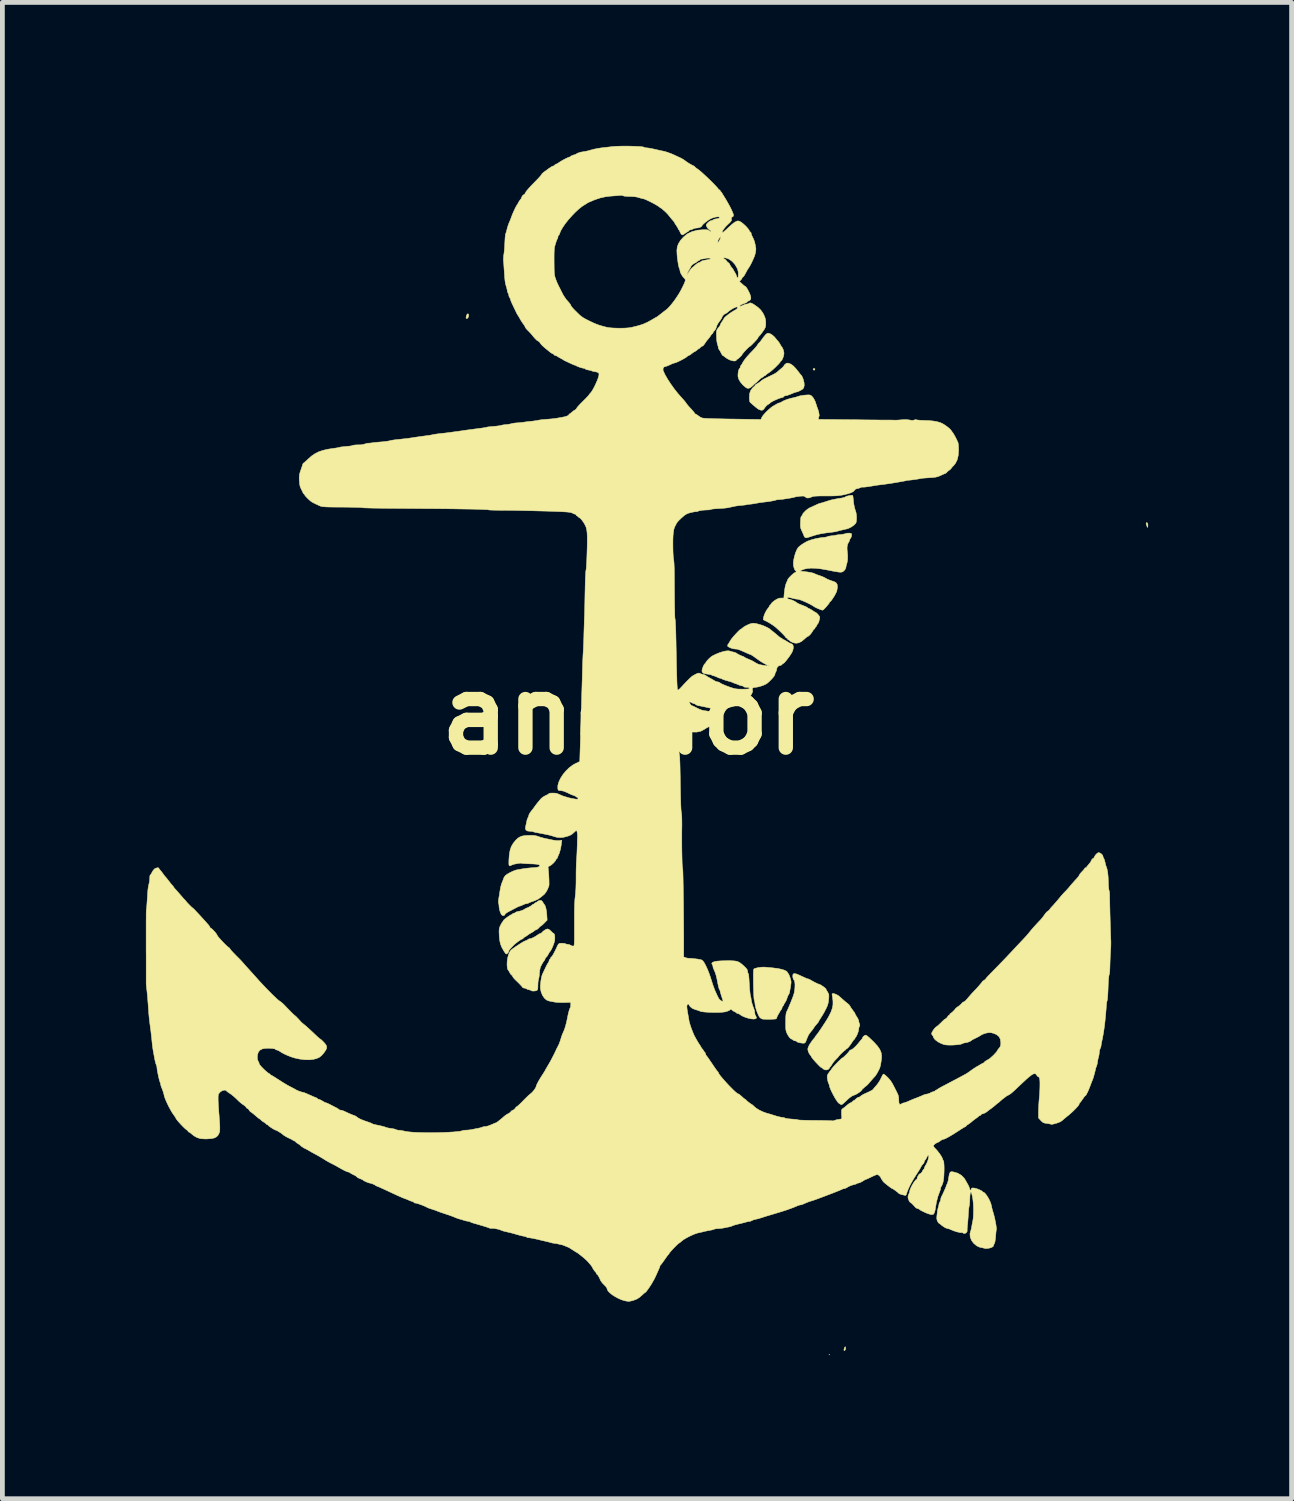
<source format=kicad_pcb>
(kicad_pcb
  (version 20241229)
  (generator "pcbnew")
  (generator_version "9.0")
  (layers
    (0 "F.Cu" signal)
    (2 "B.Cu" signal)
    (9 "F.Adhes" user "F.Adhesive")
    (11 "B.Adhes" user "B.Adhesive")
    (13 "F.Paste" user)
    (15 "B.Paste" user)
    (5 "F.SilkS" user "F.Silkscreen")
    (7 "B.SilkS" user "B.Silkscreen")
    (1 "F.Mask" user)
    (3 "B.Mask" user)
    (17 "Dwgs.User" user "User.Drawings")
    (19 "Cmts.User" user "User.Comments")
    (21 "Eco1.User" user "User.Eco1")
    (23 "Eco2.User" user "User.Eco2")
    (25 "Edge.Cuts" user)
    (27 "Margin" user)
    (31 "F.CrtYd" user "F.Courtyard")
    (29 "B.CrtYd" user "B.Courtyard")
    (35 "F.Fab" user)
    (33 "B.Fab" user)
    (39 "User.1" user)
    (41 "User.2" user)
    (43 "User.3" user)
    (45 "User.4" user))
  (footprint "anchor"
    (layer "F.Cu")
    (at 10.075 11.89)
    (property "Reference" "anchor" (at 0 0 0) (layer "F.SilkS") (effects (font (size 1.524 1.524) (thickness 0.3))))
    (attr through_hole)
    (fp_poly (pts (xy 4.216 13.379) (xy 4.21 13.386) (xy 4.204 13.379) (xy 4.21 13.373) (xy 4.216 13.379)) (stroke (width 0.01) (type solid)) (fill yes) (layer "F.SilkS"))
    (fp_poly (pts (xy 3.909 -7.229) (xy 3.912 -7.22) (xy 3.901 -7.203) (xy 3.893 -7.201) (xy 3.876 -7.211) (xy 3.873 -7.22) (xy 3.884 -7.237) (xy 3.893 -7.239) (xy 3.909 -7.229)) (stroke (width 0.01) (type solid)) (fill yes) (layer "F.SilkS"))
    (fp_poly (pts (xy -3.332 -8.372) (xy -3.327 -8.346) (xy -3.334 -8.313) (xy -3.349 -8.289) (xy -3.368 -8.281) (xy -3.381 -8.287) (xy -3.382 -8.303) (xy -3.376 -8.332) (xy -3.375 -8.338) (xy -3.36 -8.37) (xy -3.344 -8.381) (xy -3.332 -8.372)) (stroke (width 0.01) (type solid)) (fill yes) (layer "F.SilkS"))
    (fp_poly (pts (xy 10.865 -4.005) (xy 10.871 -3.977) (xy 10.871 -3.962) (xy 10.87 -3.926) (xy 10.865 -3.914) (xy 10.856 -3.927) (xy 10.847 -3.952) (xy 10.836 -3.988) (xy 10.835 -4.007) (xy 10.846 -4.013) (xy 10.852 -4.013) (xy 10.865 -4.005)) (stroke (width 0.01) (type solid)) (fill yes) (layer "F.SilkS"))
    (fp_poly (pts (xy 4.552 13.231) (xy 4.553 13.232) (xy 4.553 13.255) (xy 4.545 13.278) (xy 4.532 13.293) (xy 4.52 13.292) (xy 4.518 13.289) (xy 4.518 13.27) (xy 4.527 13.242) (xy 4.528 13.241) (xy 4.539 13.216) (xy 4.545 13.213) (xy 4.552 13.231)) (stroke (width 0.01) (type solid)) (fill yes) (layer "F.SilkS"))
    (fp_poly (pts (xy 2.864 5.278) (xy 2.907 5.282) (xy 2.964 5.287) (xy 3.026 5.293) (xy 3.042 5.295) (xy 3.128 5.305) (xy 3.204 5.321) (xy 3.266 5.339) (xy 3.311 5.36) (xy 3.336 5.382) (xy 3.34 5.394) (xy 3.347 5.409) (xy 3.351 5.41) (xy 3.361 5.421) (xy 3.374 5.451) (xy 3.39 5.492) (xy 3.391 5.496) (xy 3.401 5.528) (xy 3.408 5.554) (xy 3.412 5.578) (xy 3.412 5.605) (xy 3.408 5.641) (xy 3.401 5.689) (xy 3.389 5.756) (xy 3.382 5.798) (xy 3.372 5.832) (xy 3.359 5.855) (xy 3.345 5.879) (xy 3.332 5.915) (xy 3.329 5.926) (xy 3.314 5.967) (xy 3.295 6.003) (xy 3.291 6.009) (xy 3.27 6.041) (xy 3.258 6.067) (xy 3.247 6.09) (xy 3.238 6.096) (xy 3.228 6.107) (xy 3.226 6.12) (xy 3.218 6.15) (xy 3.209 6.162) (xy 3.19 6.187) (xy 3.184 6.198) (xy 3.172 6.22) (xy 3.153 6.253) (xy 3.144 6.267) (xy 3.125 6.303) (xy 3.113 6.332) (xy 3.112 6.34) (xy 3.103 6.357) (xy 3.076 6.364) (xy 3.07 6.364) (xy 3.005 6.367) (xy 2.94 6.368) (xy 2.882 6.367) (xy 2.838 6.366) (xy 2.82 6.365) (xy 2.787 6.352) (xy 2.761 6.333) (xy 2.739 6.301) (xy 2.716 6.251) (xy 2.693 6.191) (xy 2.674 6.129) (xy 2.662 6.071) (xy 2.66 6.058) (xy 2.654 6.012) (xy 2.645 5.972) (xy 2.64 5.956) (xy 2.637 5.935) (xy 2.634 5.892) (xy 2.631 5.832) (xy 2.628 5.758) (xy 2.626 5.675) (xy 2.625 5.621) (xy 2.624 5.526) (xy 2.624 5.453) (xy 2.624 5.399) (xy 2.626 5.361) (xy 2.628 5.336) (xy 2.632 5.322) (xy 2.638 5.314) (xy 2.646 5.309) (xy 2.648 5.308) (xy 2.713 5.29) (xy 2.786 5.279) (xy 2.853 5.277) (xy 2.864 5.278)) (stroke (width 0.01) (type solid)) (fill yes) (layer "F.SilkS"))
    (fp_poly (pts (xy 2.97 -7.966) (xy 3.015 -7.94) (xy 3.059 -7.902) (xy 3.077 -7.882) (xy 3.105 -7.847) (xy 3.13 -7.818) (xy 3.139 -7.808) (xy 3.16 -7.782) (xy 3.181 -7.747) (xy 3.182 -7.745) (xy 3.199 -7.715) (xy 3.21 -7.697) (xy 3.212 -7.696) (xy 3.231 -7.67) (xy 3.249 -7.629) (xy 3.261 -7.583) (xy 3.264 -7.553) (xy 3.259 -7.517) (xy 3.248 -7.475) (xy 3.232 -7.436) (xy 3.216 -7.405) (xy 3.201 -7.392) (xy 3.199 -7.391) (xy 3.188 -7.382) (xy 3.188 -7.379) (xy 3.179 -7.362) (xy 3.154 -7.333) (xy 3.119 -7.297) (xy 3.078 -7.256) (xy 3.034 -7.216) (xy 2.992 -7.18) (xy 2.957 -7.154) (xy 2.943 -7.145) (xy 2.91 -7.123) (xy 2.888 -7.106) (xy 2.883 -7.098) (xy 2.873 -7.088) (xy 2.864 -7.087) (xy 2.847 -7.08) (xy 2.845 -7.075) (xy 2.834 -7.062) (xy 2.817 -7.054) (xy 2.793 -7.041) (xy 2.761 -7.014) (xy 2.735 -6.99) (xy 2.705 -6.961) (xy 2.683 -6.94) (xy 2.674 -6.934) (xy 2.663 -6.926) (xy 2.639 -6.905) (xy 2.611 -6.877) (xy 2.566 -6.839) (xy 2.528 -6.822) (xy 2.493 -6.825) (xy 2.466 -6.84) (xy 2.403 -6.894) (xy 2.351 -6.956) (xy 2.316 -7.019) (xy 2.303 -7.067) (xy 2.302 -7.106) (xy 2.306 -7.15) (xy 2.314 -7.192) (xy 2.325 -7.224) (xy 2.336 -7.239) (xy 2.338 -7.239) (xy 2.348 -7.25) (xy 2.349 -7.264) (xy 2.355 -7.288) (xy 2.361 -7.296) (xy 2.374 -7.311) (xy 2.392 -7.34) (xy 2.402 -7.361) (xy 2.434 -7.411) (xy 2.484 -7.475) (xy 2.553 -7.552) (xy 2.63 -7.632) (xy 2.665 -7.67) (xy 2.696 -7.708) (xy 2.712 -7.731) (xy 2.729 -7.758) (xy 2.742 -7.772) (xy 2.744 -7.772) (xy 2.755 -7.782) (xy 2.775 -7.807) (xy 2.789 -7.826) (xy 2.839 -7.895) (xy 2.879 -7.943) (xy 2.91 -7.969) (xy 2.93 -7.976) (xy 2.97 -7.966)) (stroke (width 0.01) (type solid)) (fill yes) (layer "F.SilkS"))
    (fp_poly (pts (xy 4.693 -4.587) (xy 4.701 -4.578) (xy 4.707 -4.556) (xy 4.711 -4.515) (xy 4.713 -4.489) (xy 4.724 -4.4) (xy 4.741 -4.318) (xy 4.769 -4.229) (xy 4.776 -4.193) (xy 4.781 -4.143) (xy 4.781 -4.097) (xy 4.778 -4.049) (xy 4.772 -4.018) (xy 4.76 -3.996) (xy 4.738 -3.973) (xy 4.735 -3.97) (xy 4.675 -3.925) (xy 4.608 -3.892) (xy 4.572 -3.882) (xy 4.511 -3.868) (xy 4.455 -3.855) (xy 4.41 -3.844) (xy 4.381 -3.835) (xy 4.374 -3.832) (xy 4.357 -3.828) (xy 4.321 -3.822) (xy 4.272 -3.815) (xy 4.242 -3.811) (xy 4.135 -3.798) (xy 4.047 -3.784) (xy 3.971 -3.768) (xy 3.899 -3.748) (xy 3.849 -3.732) (xy 3.791 -3.713) (xy 3.753 -3.702) (xy 3.729 -3.697) (xy 3.714 -3.7) (xy 3.702 -3.707) (xy 3.698 -3.711) (xy 3.685 -3.729) (xy 3.683 -3.736) (xy 3.678 -3.751) (xy 3.664 -3.783) (xy 3.645 -3.824) (xy 3.644 -3.828) (xy 3.625 -3.869) (xy 3.613 -3.903) (xy 3.608 -3.937) (xy 3.607 -3.981) (xy 3.609 -4.027) (xy 3.613 -4.093) (xy 3.619 -4.133) (xy 3.628 -4.15) (xy 3.629 -4.15) (xy 3.644 -4.163) (xy 3.645 -4.169) (xy 3.654 -4.193) (xy 3.679 -4.225) (xy 3.714 -4.261) (xy 3.752 -4.293) (xy 3.788 -4.317) (xy 3.796 -4.321) (xy 3.84 -4.341) (xy 3.894 -4.366) (xy 3.931 -4.383) (xy 3.972 -4.402) (xy 4.005 -4.415) (xy 4.022 -4.42) (xy 4.041 -4.424) (xy 4.077 -4.434) (xy 4.123 -4.449) (xy 4.137 -4.453) (xy 4.192 -4.471) (xy 4.246 -4.487) (xy 4.289 -4.497) (xy 4.293 -4.498) (xy 4.335 -4.506) (xy 4.373 -4.513) (xy 4.381 -4.515) (xy 4.414 -4.52) (xy 4.457 -4.527) (xy 4.47 -4.529) (xy 4.51 -4.537) (xy 4.54 -4.549) (xy 4.547 -4.553) (xy 4.572 -4.566) (xy 4.608 -4.575) (xy 4.61 -4.576) (xy 4.648 -4.582) (xy 4.679 -4.587) (xy 4.68 -4.587) (xy 4.693 -4.587)) (stroke (width 0.01) (type solid)) (fill yes) (layer "F.SilkS"))
    (fp_poly (pts (xy 3.376 -7.341) (xy 3.381 -7.34) (xy 3.421 -7.32) (xy 3.464 -7.286) (xy 3.512 -7.235) (xy 3.568 -7.165) (xy 3.573 -7.159) (xy 3.6 -7.124) (xy 3.621 -7.098) (xy 3.632 -7.087) (xy 3.641 -7.072) (xy 3.655 -7.04) (xy 3.669 -7.003) (xy 3.685 -6.937) (xy 3.687 -6.878) (xy 3.676 -6.833) (xy 3.659 -6.81) (xy 3.626 -6.788) (xy 3.587 -6.767) (xy 3.55 -6.751) (xy 3.524 -6.744) (xy 3.523 -6.744) (xy 3.498 -6.739) (xy 3.465 -6.726) (xy 3.463 -6.725) (xy 3.389 -6.694) (xy 3.335 -6.675) (xy 3.298 -6.668) (xy 3.295 -6.668) (xy 3.27 -6.66) (xy 3.259 -6.648) (xy 3.242 -6.632) (xy 3.229 -6.63) (xy 3.201 -6.624) (xy 3.157 -6.609) (xy 3.106 -6.588) (xy 3.055 -6.565) (xy 3.011 -6.542) (xy 2.982 -6.523) (xy 2.977 -6.518) (xy 2.954 -6.498) (xy 2.939 -6.489) (xy 2.922 -6.48) (xy 2.897 -6.457) (xy 2.87 -6.427) (xy 2.849 -6.397) (xy 2.846 -6.391) (xy 2.821 -6.368) (xy 2.785 -6.364) (xy 2.74 -6.38) (xy 2.71 -6.399) (xy 2.668 -6.432) (xy 2.626 -6.468) (xy 2.616 -6.476) (xy 2.586 -6.503) (xy 2.562 -6.524) (xy 2.556 -6.529) (xy 2.547 -6.55) (xy 2.541 -6.593) (xy 2.54 -6.637) (xy 2.546 -6.714) (xy 2.567 -6.775) (xy 2.605 -6.828) (xy 2.634 -6.855) (xy 2.656 -6.876) (xy 2.667 -6.892) (xy 2.667 -6.893) (xy 2.677 -6.904) (xy 2.703 -6.918) (xy 2.705 -6.92) (xy 2.741 -6.941) (xy 2.777 -6.968) (xy 2.779 -6.97) (xy 2.796 -6.985) (xy 2.818 -7.001) (xy 2.849 -7.019) (xy 2.893 -7.041) (xy 2.953 -7.07) (xy 3.032 -7.108) (xy 3.036 -7.109) (xy 3.08 -7.134) (xy 3.122 -7.162) (xy 3.133 -7.172) (xy 3.169 -7.204) (xy 3.209 -7.238) (xy 3.218 -7.245) (xy 3.245 -7.27) (xy 3.262 -7.29) (xy 3.264 -7.296) (xy 3.274 -7.312) (xy 3.297 -7.332) (xy 3.297 -7.333) (xy 3.321 -7.347) (xy 3.344 -7.35) (xy 3.376 -7.341)) (stroke (width 0.01) (type solid)) (fill yes) (layer "F.SilkS"))
    (fp_poly (pts (xy 3.52 5.419) (xy 3.573 5.44) (xy 3.586 5.446) (xy 3.653 5.477) (xy 3.701 5.499) (xy 3.733 5.513) (xy 3.754 5.521) (xy 3.766 5.524) (xy 3.771 5.524) (xy 3.79 5.531) (xy 3.82 5.547) (xy 3.833 5.555) (xy 3.869 5.575) (xy 3.911 5.598) (xy 3.954 5.618) (xy 3.988 5.633) (xy 4.008 5.639) (xy 4.008 5.639) (xy 4.025 5.646) (xy 4.053 5.663) (xy 4.085 5.685) (xy 4.115 5.707) (xy 4.135 5.725) (xy 4.14 5.731) (xy 4.146 5.747) (xy 4.162 5.776) (xy 4.174 5.794) (xy 4.19 5.823) (xy 4.2 5.848) (xy 4.203 5.878) (xy 4.201 5.922) (xy 4.199 5.947) (xy 4.19 6.02) (xy 4.173 6.08) (xy 4.153 6.126) (xy 4.105 6.22) (xy 4.06 6.297) (xy 4.022 6.356) (xy 4.002 6.388) (xy 3.99 6.41) (xy 3.988 6.416) (xy 3.98 6.43) (xy 3.96 6.455) (xy 3.944 6.472) (xy 3.915 6.507) (xy 3.891 6.54) (xy 3.884 6.552) (xy 3.866 6.58) (xy 3.837 6.615) (xy 3.82 6.635) (xy 3.778 6.693) (xy 3.746 6.766) (xy 3.745 6.769) (xy 3.729 6.812) (xy 3.714 6.845) (xy 3.703 6.861) (xy 3.682 6.868) (xy 3.647 6.867) (xy 3.594 6.859) (xy 3.588 6.858) (xy 3.555 6.849) (xy 3.535 6.837) (xy 3.533 6.834) (xy 3.518 6.823) (xy 3.499 6.82) (xy 3.469 6.812) (xy 3.454 6.801) (xy 3.434 6.785) (xy 3.423 6.782) (xy 3.4 6.77) (xy 3.372 6.739) (xy 3.342 6.692) (xy 3.327 6.662) (xy 3.315 6.635) (xy 3.307 6.607) (xy 3.302 6.575) (xy 3.299 6.532) (xy 3.299 6.473) (xy 3.299 6.425) (xy 3.3 6.342) (xy 3.304 6.281) (xy 3.31 6.239) (xy 3.318 6.214) (xy 3.341 6.167) (xy 3.369 6.102) (xy 3.402 6.024) (xy 3.435 5.941) (xy 3.462 5.87) (xy 3.477 5.819) (xy 3.487 5.76) (xy 3.493 5.699) (xy 3.494 5.64) (xy 3.49 5.592) (xy 3.481 5.559) (xy 3.475 5.551) (xy 3.458 5.524) (xy 3.448 5.484) (xy 3.449 5.443) (xy 3.45 5.437) (xy 3.461 5.418) (xy 3.484 5.412) (xy 3.52 5.419)) (stroke (width 0.01) (type solid)) (fill yes) (layer "F.SilkS"))
    (fp_poly (pts (xy 4.981 6.7) (xy 5.007 6.719) (xy 5.044 6.75) (xy 5.092 6.795) (xy 5.151 6.853) (xy 5.22 6.929) (xy 5.267 6.998) (xy 5.295 7.064) (xy 5.305 7.132) (xy 5.305 7.167) (xy 5.297 7.235) (xy 5.287 7.301) (xy 5.275 7.357) (xy 5.262 7.395) (xy 5.26 7.4) (xy 5.229 7.461) (xy 5.205 7.504) (xy 5.186 7.534) (xy 5.17 7.556) (xy 5.157 7.57) (xy 5.133 7.596) (xy 5.1 7.634) (xy 5.064 7.676) (xy 5.061 7.68) (xy 5.027 7.719) (xy 4.995 7.751) (xy 4.972 7.77) (xy 4.969 7.771) (xy 4.947 7.786) (xy 4.94 7.798) (xy 4.93 7.809) (xy 4.921 7.811) (xy 4.904 7.82) (xy 4.902 7.829) (xy 4.892 7.849) (xy 4.865 7.875) (xy 4.827 7.903) (xy 4.785 7.929) (xy 4.745 7.949) (xy 4.732 7.953) (xy 4.695 7.968) (xy 4.657 7.992) (xy 4.612 8.028) (xy 4.556 8.081) (xy 4.537 8.099) (xy 4.505 8.128) (xy 4.478 8.148) (xy 4.465 8.153) (xy 4.444 8.145) (xy 4.415 8.126) (xy 4.401 8.114) (xy 4.379 8.089) (xy 4.352 8.047) (xy 4.32 7.995) (xy 4.289 7.937) (xy 4.26 7.879) (xy 4.236 7.828) (xy 4.221 7.788) (xy 4.216 7.767) (xy 4.211 7.741) (xy 4.198 7.71) (xy 4.185 7.676) (xy 4.175 7.631) (xy 4.171 7.609) (xy 4.167 7.567) (xy 4.172 7.536) (xy 4.189 7.504) (xy 4.199 7.49) (xy 4.222 7.458) (xy 4.239 7.437) (xy 4.245 7.432) (xy 4.254 7.417) (xy 4.255 7.416) (xy 4.263 7.401) (xy 4.286 7.373) (xy 4.319 7.336) (xy 4.357 7.295) (xy 4.397 7.254) (xy 4.435 7.218) (xy 4.465 7.19) (xy 4.484 7.176) (xy 4.487 7.176) (xy 4.501 7.167) (xy 4.527 7.144) (xy 4.558 7.114) (xy 4.59 7.081) (xy 4.616 7.051) (xy 4.633 7.029) (xy 4.636 7.023) (xy 4.646 7.012) (xy 4.658 7.01) (xy 4.682 7.001) (xy 4.718 6.974) (xy 4.76 6.935) (xy 4.805 6.886) (xy 4.833 6.852) (xy 4.86 6.818) (xy 4.882 6.793) (xy 4.892 6.784) (xy 4.902 6.769) (xy 4.902 6.764) (xy 4.911 6.742) (xy 4.933 6.719) (xy 4.958 6.703) (xy 4.979 6.699) (xy 4.981 6.7)) (stroke (width 0.01) (type solid)) (fill yes) (layer "F.SilkS"))
    (fp_poly (pts (xy -1.804 3.887) (xy -1.784 3.909) (xy -1.779 3.918) (xy -1.761 3.948) (xy -1.745 3.968) (xy -1.745 3.969) (xy -1.729 3.995) (xy -1.714 4.042) (xy -1.702 4.103) (xy -1.694 4.174) (xy -1.693 4.196) (xy -1.687 4.296) (xy -1.748 4.358) (xy -1.78 4.389) (xy -1.806 4.411) (xy -1.82 4.42) (xy -1.82 4.42) (xy -1.834 4.428) (xy -1.856 4.451) (xy -1.862 4.458) (xy -1.887 4.482) (xy -1.908 4.495) (xy -1.912 4.496) (xy -1.935 4.504) (xy -1.946 4.512) (xy -1.984 4.541) (xy -2.027 4.565) (xy -2.032 4.568) (xy -2.054 4.581) (xy -2.085 4.602) (xy -2.095 4.61) (xy -2.128 4.633) (xy -2.156 4.649) (xy -2.162 4.652) (xy -2.181 4.665) (xy -2.184 4.673) (xy -2.194 4.686) (xy -2.198 4.686) (xy -2.219 4.694) (xy -2.253 4.714) (xy -2.295 4.743) (xy -2.337 4.775) (xy -2.375 4.807) (xy -2.39 4.822) (xy -2.434 4.868) (xy -2.462 4.899) (xy -2.479 4.92) (xy -2.487 4.934) (xy -2.489 4.945) (xy -2.489 4.946) (xy -2.498 4.969) (xy -2.518 4.992) (xy -2.539 5.004) (xy -2.541 5.004) (xy -2.554 4.994) (xy -2.574 4.968) (xy -2.594 4.937) (xy -2.634 4.866) (xy -2.661 4.798) (xy -2.678 4.725) (xy -2.688 4.637) (xy -2.689 4.608) (xy -2.692 4.545) (xy -2.691 4.501) (xy -2.687 4.469) (xy -2.679 4.441) (xy -2.666 4.411) (xy -2.646 4.373) (xy -2.628 4.343) (xy -2.62 4.333) (xy -2.606 4.314) (xy -2.603 4.306) (xy -2.594 4.293) (xy -2.569 4.271) (xy -2.535 4.244) (xy -2.497 4.217) (xy -2.463 4.195) (xy -2.438 4.181) (xy -2.43 4.178) (xy -2.414 4.171) (xy -2.413 4.166) (xy -2.402 4.155) (xy -2.389 4.153) (xy -2.361 4.144) (xy -2.351 4.135) (xy -2.33 4.124) (xy -2.295 4.113) (xy -2.274 4.11) (xy -2.226 4.098) (xy -2.179 4.078) (xy -2.166 4.07) (xy -2.135 4.051) (xy -2.111 4.04) (xy -2.106 4.039) (xy -2.087 4.032) (xy -2.057 4.016) (xy -2.025 3.997) (xy -2.002 3.98) (xy -1.996 3.972) (xy -1.981 3.963) (xy -1.974 3.962) (xy -1.958 3.956) (xy -1.956 3.951) (xy -1.945 3.938) (xy -1.93 3.931) (xy -1.9 3.915) (xy -1.886 3.904) (xy -1.859 3.888) (xy -1.833 3.882) (xy -1.804 3.887)) (stroke (width 0.01) (type solid)) (fill yes) (layer "F.SilkS"))
    (fp_poly (pts (xy -1.646 4.491) (xy -1.609 4.523) (xy -1.598 4.535) (xy -1.573 4.559) (xy -1.554 4.571) (xy -1.551 4.572) (xy -1.539 4.584) (xy -1.53 4.614) (xy -1.526 4.656) (xy -1.528 4.703) (xy -1.53 4.721) (xy -1.538 4.757) (xy -1.553 4.802) (xy -1.572 4.85) (xy -1.592 4.895) (xy -1.611 4.93) (xy -1.625 4.949) (xy -1.627 4.951) (xy -1.638 4.964) (xy -1.654 4.992) (xy -1.664 5.01) (xy -1.683 5.044) (xy -1.702 5.067) (xy -1.709 5.072) (xy -1.725 5.089) (xy -1.727 5.098) (xy -1.735 5.123) (xy -1.743 5.134) (xy -1.766 5.165) (xy -1.794 5.212) (xy -1.823 5.268) (xy -1.823 5.269) (xy -1.834 5.304) (xy -1.843 5.353) (xy -1.848 5.403) (xy -1.852 5.454) (xy -1.859 5.5) (xy -1.866 5.529) (xy -1.873 5.559) (xy -1.878 5.605) (xy -1.88 5.657) (xy -1.88 5.658) (xy -1.881 5.708) (xy -1.884 5.739) (xy -1.892 5.756) (xy -1.904 5.765) (xy -1.934 5.775) (xy -1.971 5.778) (xy -2.004 5.776) (xy -2.025 5.767) (xy -2.026 5.766) (xy -2.043 5.755) (xy -2.061 5.753) (xy -2.094 5.745) (xy -2.114 5.734) (xy -2.146 5.719) (xy -2.168 5.715) (xy -2.191 5.711) (xy -2.197 5.705) (xy -2.206 5.693) (xy -2.228 5.667) (xy -2.26 5.633) (xy -2.297 5.596) (xy -2.334 5.56) (xy -2.346 5.549) (xy -2.376 5.518) (xy -2.4 5.488) (xy -2.412 5.466) (xy -2.413 5.462) (xy -2.423 5.448) (xy -2.429 5.445) (xy -2.445 5.43) (xy -2.464 5.402) (xy -2.471 5.389) (xy -2.489 5.357) (xy -2.504 5.335) (xy -2.508 5.331) (xy -2.515 5.315) (xy -2.521 5.281) (xy -2.525 5.235) (xy -2.525 5.23) (xy -2.523 5.16) (xy -2.513 5.088) (xy -2.495 5.019) (xy -2.472 4.963) (xy -2.449 4.928) (xy -2.426 4.908) (xy -2.388 4.88) (xy -2.341 4.847) (xy -2.289 4.813) (xy -2.238 4.78) (xy -2.192 4.752) (xy -2.155 4.733) (xy -2.135 4.724) (xy -2.133 4.724) (xy -2.107 4.715) (xy -2.095 4.705) (xy -2.071 4.689) (xy -2.056 4.686) (xy -2.021 4.679) (xy -1.975 4.659) (xy -1.925 4.631) (xy -1.89 4.607) (xy -1.858 4.586) (xy -1.831 4.573) (xy -1.824 4.572) (xy -1.806 4.567) (xy -1.803 4.561) (xy -1.794 4.549) (xy -1.769 4.527) (xy -1.747 4.51) (xy -1.707 4.486) (xy -1.676 4.479) (xy -1.646 4.491)) (stroke (width 0.01) (type solid)) (fill yes) (layer "F.SilkS"))
    (fp_poly (pts (xy 4.324 5.836) (xy 4.364 5.853) (xy 4.402 5.874) (xy 4.412 5.882) (xy 4.428 5.896) (xy 4.457 5.921) (xy 4.489 5.95) (xy 4.529 5.985) (xy 4.567 6.017) (xy 4.591 6.035) (xy 4.622 6.062) (xy 4.645 6.093) (xy 4.646 6.095) (xy 4.667 6.132) (xy 4.686 6.157) (xy 4.705 6.18) (xy 4.712 6.197) (xy 4.72 6.21) (xy 4.724 6.21) (xy 4.736 6.221) (xy 4.744 6.239) (xy 4.756 6.266) (xy 4.777 6.303) (xy 4.789 6.322) (xy 4.811 6.358) (xy 4.824 6.389) (xy 4.826 6.401) (xy 4.831 6.43) (xy 4.841 6.458) (xy 4.85 6.489) (xy 4.842 6.515) (xy 4.841 6.516) (xy 4.829 6.547) (xy 4.826 6.575) (xy 4.822 6.604) (xy 4.811 6.642) (xy 4.796 6.682) (xy 4.78 6.717) (xy 4.766 6.739) (xy 4.76 6.744) (xy 4.751 6.754) (xy 4.75 6.763) (xy 4.744 6.78) (xy 4.739 6.782) (xy 4.728 6.792) (xy 4.708 6.818) (xy 4.681 6.857) (xy 4.668 6.877) (xy 4.638 6.92) (xy 4.61 6.955) (xy 4.589 6.976) (xy 4.583 6.979) (xy 4.563 6.991) (xy 4.559 6.999) (xy 4.55 7.01) (xy 4.547 7.01) (xy 4.534 7.019) (xy 4.509 7.04) (xy 4.478 7.068) (xy 4.447 7.098) (xy 4.422 7.125) (xy 4.408 7.142) (xy 4.407 7.145) (xy 4.399 7.156) (xy 4.377 7.179) (xy 4.352 7.204) (xy 4.317 7.242) (xy 4.286 7.281) (xy 4.272 7.303) (xy 4.254 7.333) (xy 4.24 7.353) (xy 4.237 7.355) (xy 4.224 7.371) (xy 4.212 7.393) (xy 4.187 7.418) (xy 4.15 7.428) (xy 4.112 7.423) (xy 4.084 7.405) (xy 4.062 7.385) (xy 4.049 7.379) (xy 4.033 7.37) (xy 4.006 7.346) (xy 3.972 7.311) (xy 3.934 7.271) (xy 3.897 7.23) (xy 3.866 7.193) (xy 3.844 7.164) (xy 3.835 7.147) (xy 3.827 7.132) (xy 3.811 7.113) (xy 3.791 7.084) (xy 3.774 7.046) (xy 3.771 7.037) (xy 3.763 7.004) (xy 3.764 6.977) (xy 3.775 6.944) (xy 3.786 6.922) (xy 3.804 6.887) (xy 3.819 6.864) (xy 3.826 6.858) (xy 3.835 6.848) (xy 3.835 6.845) (xy 3.843 6.828) (xy 3.864 6.802) (xy 3.873 6.791) (xy 3.897 6.764) (xy 3.91 6.746) (xy 3.912 6.742) (xy 3.919 6.729) (xy 3.937 6.705) (xy 3.938 6.704) (xy 3.961 6.676) (xy 3.993 6.631) (xy 4.032 6.574) (xy 4.074 6.511) (xy 4.116 6.447) (xy 4.154 6.387) (xy 4.185 6.336) (xy 4.201 6.307) (xy 4.246 6.217) (xy 4.274 6.138) (xy 4.288 6.066) (xy 4.288 5.994) (xy 4.288 5.988) (xy 4.283 5.938) (xy 4.277 5.892) (xy 4.272 5.864) (xy 4.269 5.839) (xy 4.28 5.83) (xy 4.292 5.829) (xy 4.324 5.836)) (stroke (width 0.01) (type solid)) (fill yes) (layer "F.SilkS"))
    (fp_poly (pts (xy -1.971 2.524) (xy -1.914 2.533) (xy -1.88 2.544) (xy -1.836 2.559) (xy -1.781 2.575) (xy -1.734 2.587) (xy -1.673 2.599) (xy -1.608 2.613) (xy -1.564 2.622) (xy -1.512 2.63) (xy -1.461 2.633) (xy -1.432 2.632) (xy -1.38 2.625) (xy -1.389 2.696) (xy -1.397 2.751) (xy -1.408 2.808) (xy -1.422 2.86) (xy -1.435 2.902) (xy -1.446 2.926) (xy -1.457 2.948) (xy -1.465 2.975) (xy -1.475 3) (xy -1.486 3.01) (xy -1.498 3.02) (xy -1.499 3.024) (xy -1.508 3.045) (xy -1.531 3.075) (xy -1.562 3.108) (xy -1.596 3.138) (xy -1.624 3.158) (xy -1.636 3.163) (xy -1.662 3.174) (xy -1.667 3.194) (xy -1.661 3.254) (xy -1.655 3.321) (xy -1.651 3.39) (xy -1.648 3.456) (xy -1.647 3.513) (xy -1.647 3.556) (xy -1.65 3.577) (xy -1.674 3.642) (xy -1.706 3.702) (xy -1.74 3.748) (xy -1.757 3.764) (xy -1.79 3.791) (xy -1.82 3.816) (xy -1.823 3.818) (xy -1.877 3.857) (xy -1.952 3.891) (xy -1.994 3.905) (xy -2.034 3.919) (xy -2.065 3.932) (xy -2.076 3.939) (xy -2.098 3.948) (xy -2.114 3.95) (xy -2.142 3.955) (xy -2.179 3.969) (xy -2.191 3.975) (xy -2.224 3.991) (xy -2.25 4) (xy -2.255 4) (xy -2.274 4.006) (xy -2.306 4.021) (xy -2.325 4.031) (xy -2.365 4.052) (xy -2.417 4.079) (xy -2.47 4.106) (xy -2.473 4.108) (xy -2.516 4.131) (xy -2.548 4.153) (xy -2.564 4.168) (xy -2.565 4.171) (xy -2.576 4.19) (xy -2.585 4.196) (xy -2.603 4.202) (xy -2.614 4.2) (xy -2.632 4.19) (xy -2.649 4.169) (xy -2.666 4.131) (xy -2.681 4.083) (xy -2.69 4.034) (xy -2.693 4.001) (xy -2.696 3.966) (xy -2.702 3.941) (xy -2.703 3.94) (xy -2.706 3.92) (xy -2.704 3.882) (xy -2.698 3.836) (xy -2.697 3.832) (xy -2.687 3.776) (xy -2.679 3.722) (xy -2.673 3.683) (xy -2.66 3.609) (xy -2.642 3.541) (xy -2.623 3.493) (xy -2.607 3.455) (xy -2.599 3.427) (xy -2.584 3.395) (xy -2.559 3.363) (xy -2.556 3.36) (xy -2.521 3.334) (xy -2.472 3.306) (xy -2.416 3.278) (xy -2.363 3.256) (xy -2.329 3.246) (xy -2.232 3.228) (xy -2.128 3.212) (xy -2.029 3.202) (xy -1.979 3.199) (xy -1.91 3.193) (xy -1.866 3.182) (xy -1.844 3.165) (xy -1.841 3.154) (xy -1.849 3.142) (xy -1.872 3.133) (xy -1.913 3.126) (xy -1.974 3.121) (xy -2.059 3.118) (xy -2.06 3.118) (xy -2.12 3.115) (xy -2.17 3.112) (xy -2.206 3.109) (xy -2.221 3.106) (xy -2.24 3.104) (xy -2.277 3.107) (xy -2.322 3.115) (xy -2.368 3.124) (xy -2.407 3.136) (xy -2.428 3.144) (xy -2.455 3.157) (xy -2.473 3.161) (xy -2.483 3.15) (xy -2.487 3.123) (xy -2.487 3.075) (xy -2.486 3.032) (xy -2.478 2.924) (xy -2.462 2.836) (xy -2.438 2.761) (xy -2.401 2.696) (xy -2.352 2.633) (xy -2.34 2.621) (xy -2.296 2.58) (xy -2.25 2.552) (xy -2.195 2.534) (xy -2.125 2.525) (xy -2.045 2.522) (xy -1.971 2.524)) (stroke (width 0.01) (type solid)) (fill yes) (layer "F.SilkS"))
    (fp_poly (pts (xy 6.79 9.556) (xy 6.8 9.558) (xy 6.894 9.584) (xy 6.972 9.63) (xy 7.034 9.693) (xy 7.07 9.754) (xy 7.082 9.776) (xy 7.101 9.809) (xy 7.106 9.817) (xy 7.127 9.858) (xy 7.142 9.898) (xy 7.143 9.903) (xy 7.154 9.935) (xy 7.166 9.943) (xy 7.177 9.926) (xy 7.18 9.917) (xy 7.187 9.9) (xy 7.202 9.894) (xy 7.233 9.896) (xy 7.243 9.897) (xy 7.282 9.906) (xy 7.327 9.922) (xy 7.368 9.94) (xy 7.401 9.958) (xy 7.415 9.972) (xy 7.429 9.982) (xy 7.431 9.982) (xy 7.453 9.993) (xy 7.481 10.023) (xy 7.512 10.066) (xy 7.543 10.117) (xy 7.57 10.172) (xy 7.59 10.224) (xy 7.601 10.268) (xy 7.611 10.316) (xy 7.623 10.362) (xy 7.627 10.376) (xy 7.641 10.419) (xy 7.656 10.475) (xy 7.671 10.538) (xy 7.684 10.602) (xy 7.695 10.662) (xy 7.702 10.714) (xy 7.706 10.751) (xy 7.704 10.768) (xy 7.7 10.784) (xy 7.696 10.819) (xy 7.692 10.868) (xy 7.689 10.903) (xy 7.683 10.966) (xy 7.675 11.017) (xy 7.666 11.049) (xy 7.663 11.055) (xy 7.649 11.082) (xy 7.645 11.099) (xy 7.634 11.12) (xy 7.604 11.138) (xy 7.562 11.151) (xy 7.515 11.159) (xy 7.469 11.159) (xy 7.436 11.151) (xy 7.402 11.141) (xy 7.379 11.139) (xy 7.351 11.131) (xy 7.312 11.114) (xy 7.284 11.097) (xy 7.225 11.046) (xy 7.182 10.985) (xy 7.157 10.918) (xy 7.152 10.851) (xy 7.165 10.799) (xy 7.176 10.765) (xy 7.186 10.719) (xy 7.189 10.7) (xy 7.198 10.648) (xy 7.209 10.594) (xy 7.212 10.579) (xy 7.22 10.528) (xy 7.224 10.46) (xy 7.226 10.379) (xy 7.225 10.295) (xy 7.221 10.212) (xy 7.214 10.14) (xy 7.205 10.083) (xy 7.204 10.077) (xy 7.192 10.027) (xy 7.183 9.997) (xy 7.177 9.984) (xy 7.171 9.983) (xy 7.163 9.989) (xy 7.158 10.007) (xy 7.153 10.043) (xy 7.15 10.092) (xy 7.149 10.122) (xy 7.147 10.178) (xy 7.143 10.226) (xy 7.139 10.261) (xy 7.136 10.27) (xy 7.132 10.293) (xy 7.126 10.336) (xy 7.122 10.391) (xy 7.118 10.441) (xy 7.114 10.512) (xy 7.108 10.585) (xy 7.103 10.649) (xy 7.099 10.68) (xy 7.095 10.727) (xy 7.093 10.764) (xy 7.094 10.784) (xy 7.094 10.785) (xy 7.093 10.801) (xy 7.084 10.82) (xy 7.062 10.839) (xy 7.033 10.846) (xy 7.009 10.839) (xy 7.004 10.834) (xy 6.988 10.826) (xy 6.981 10.828) (xy 6.957 10.828) (xy 6.918 10.821) (xy 6.869 10.809) (xy 6.818 10.792) (xy 6.773 10.774) (xy 6.763 10.77) (xy 6.727 10.754) (xy 6.697 10.745) (xy 6.69 10.744) (xy 6.659 10.736) (xy 6.617 10.715) (xy 6.572 10.684) (xy 6.549 10.665) (xy 6.522 10.643) (xy 6.504 10.631) (xy 6.501 10.63) (xy 6.491 10.62) (xy 6.476 10.594) (xy 6.472 10.587) (xy 6.463 10.562) (xy 6.458 10.535) (xy 6.459 10.499) (xy 6.464 10.446) (xy 6.466 10.432) (xy 6.473 10.378) (xy 6.481 10.333) (xy 6.489 10.303) (xy 6.491 10.297) (xy 6.5 10.267) (xy 6.502 10.246) (xy 6.51 10.211) (xy 6.521 10.191) (xy 6.536 10.159) (xy 6.54 10.137) (xy 6.546 10.103) (xy 6.558 10.073) (xy 6.58 10.03) (xy 6.603 9.981) (xy 6.624 9.933) (xy 6.642 9.892) (xy 6.653 9.864) (xy 6.655 9.855) (xy 6.661 9.835) (xy 6.674 9.813) (xy 6.684 9.787) (xy 6.696 9.744) (xy 6.706 9.693) (xy 6.707 9.683) (xy 6.717 9.623) (xy 6.728 9.584) (xy 6.741 9.563) (xy 6.761 9.555) (xy 6.79 9.556)) (stroke (width 0.01) (type solid)) (fill yes) (layer "F.SilkS"))
    (fp_poly (pts (xy 4.63 -3.795) (xy 4.662 -3.791) (xy 4.676 -3.781) (xy 4.678 -3.759) (xy 4.678 -3.75) (xy 4.671 -3.715) (xy 4.656 -3.689) (xy 4.639 -3.664) (xy 4.636 -3.648) (xy 4.627 -3.622) (xy 4.618 -3.608) (xy 4.595 -3.565) (xy 4.583 -3.506) (xy 4.584 -3.438) (xy 4.586 -3.429) (xy 4.595 -3.329) (xy 4.594 -3.241) (xy 4.582 -3.172) (xy 4.578 -3.162) (xy 4.566 -3.122) (xy 4.56 -3.087) (xy 4.559 -3.079) (xy 4.551 -3.052) (xy 4.529 -3.02) (xy 4.52 -3.011) (xy 4.504 -2.996) (xy 4.489 -2.986) (xy 4.469 -2.98) (xy 4.443 -2.978) (xy 4.406 -2.981) (xy 4.355 -2.989) (xy 4.287 -3.001) (xy 4.198 -3.019) (xy 4.178 -3.023) (xy 4.043 -3.047) (xy 3.927 -3.06) (xy 3.829 -3.063) (xy 3.745 -3.055) (xy 3.692 -3.043) (xy 3.651 -3.029) (xy 3.622 -3.015) (xy 3.608 -3.004) (xy 3.614 -2.998) (xy 3.622 -2.997) (xy 3.661 -2.995) (xy 3.712 -2.989) (xy 3.768 -2.981) (xy 3.821 -2.972) (xy 3.865 -2.962) (xy 3.891 -2.954) (xy 3.894 -2.952) (xy 3.92 -2.94) (xy 3.961 -2.923) (xy 4.009 -2.907) (xy 4.057 -2.89) (xy 4.101 -2.871) (xy 4.128 -2.856) (xy 4.172 -2.832) (xy 4.236 -2.806) (xy 4.315 -2.78) (xy 4.355 -2.756) (xy 4.378 -2.716) (xy 4.381 -2.658) (xy 4.368 -2.585) (xy 4.355 -2.554) (xy 4.335 -2.514) (xy 4.309 -2.469) (xy 4.281 -2.426) (xy 4.256 -2.39) (xy 4.237 -2.367) (xy 4.228 -2.362) (xy 4.217 -2.353) (xy 4.216 -2.349) (xy 4.209 -2.331) (xy 4.197 -2.315) (xy 4.178 -2.292) (xy 4.151 -2.26) (xy 4.132 -2.238) (xy 4.104 -2.209) (xy 4.081 -2.189) (xy 4.071 -2.184) (xy 4.048 -2.19) (xy 4.01 -2.203) (xy 3.967 -2.221) (xy 3.926 -2.24) (xy 3.896 -2.257) (xy 3.889 -2.262) (xy 3.86 -2.281) (xy 3.815 -2.306) (xy 3.761 -2.333) (xy 3.703 -2.36) (xy 3.646 -2.384) (xy 3.598 -2.402) (xy 3.563 -2.412) (xy 3.554 -2.413) (xy 3.516 -2.417) (xy 3.469 -2.427) (xy 3.449 -2.432) (xy 3.406 -2.443) (xy 3.369 -2.45) (xy 3.356 -2.451) (xy 3.333 -2.446) (xy 3.331 -2.435) (xy 3.346 -2.422) (xy 3.376 -2.412) (xy 3.379 -2.412) (xy 3.431 -2.396) (xy 3.485 -2.372) (xy 3.529 -2.343) (xy 3.532 -2.341) (xy 3.555 -2.326) (xy 3.592 -2.309) (xy 3.614 -2.3) (xy 3.679 -2.275) (xy 3.722 -2.257) (xy 3.747 -2.244) (xy 3.758 -2.235) (xy 3.759 -2.232) (xy 3.769 -2.223) (xy 3.775 -2.223) (xy 3.794 -2.216) (xy 3.826 -2.199) (xy 3.859 -2.178) (xy 3.895 -2.155) (xy 3.921 -2.139) (xy 3.932 -2.134) (xy 3.947 -2.124) (xy 3.969 -2.102) (xy 3.992 -2.075) (xy 4.009 -2.05) (xy 4.013 -2.038) (xy 4.01 -2.012) (xy 4.002 -1.977) (xy 3.992 -1.942) (xy 3.981 -1.915) (xy 3.974 -1.905) (xy 3.964 -1.895) (xy 3.951 -1.869) (xy 3.95 -1.867) (xy 3.936 -1.841) (xy 3.923 -1.829) (xy 3.923 -1.829) (xy 3.913 -1.818) (xy 3.912 -1.81) (xy 3.905 -1.793) (xy 3.899 -1.791) (xy 3.885 -1.781) (xy 3.869 -1.756) (xy 3.868 -1.755) (xy 3.847 -1.721) (xy 3.821 -1.686) (xy 3.794 -1.657) (xy 3.772 -1.64) (xy 3.766 -1.638) (xy 3.75 -1.63) (xy 3.723 -1.609) (xy 3.695 -1.584) (xy 3.636 -1.535) (xy 3.582 -1.505) (xy 3.531 -1.494) (xy 3.493 -1.496) (xy 3.462 -1.504) (xy 3.427 -1.518) (xy 3.397 -1.534) (xy 3.38 -1.549) (xy 3.378 -1.552) (xy 3.368 -1.561) (xy 3.359 -1.562) (xy 3.342 -1.572) (xy 3.34 -1.581) (xy 3.33 -1.598) (xy 3.321 -1.6) (xy 3.304 -1.607) (xy 3.302 -1.613) (xy 3.293 -1.628) (xy 3.269 -1.656) (xy 3.234 -1.693) (xy 3.191 -1.735) (xy 3.145 -1.778) (xy 3.1 -1.819) (xy 3.071 -1.843) (xy 3.019 -1.88) (xy 2.959 -1.918) (xy 2.914 -1.943) (xy 2.83 -1.985) (xy 2.838 -2.036) (xy 2.852 -2.086) (xy 2.878 -2.143) (xy 2.91 -2.198) (xy 2.935 -2.23) (xy 2.953 -2.254) (xy 2.959 -2.271) (xy 2.966 -2.285) (xy 2.97 -2.286) (xy 2.982 -2.296) (xy 2.994 -2.316) (xy 3.011 -2.338) (xy 3.043 -2.367) (xy 3.078 -2.392) (xy 3.126 -2.42) (xy 3.165 -2.435) (xy 3.204 -2.438) (xy 3.261 -2.438) (xy 3.27 -2.543) (xy 3.278 -2.609) (xy 3.289 -2.674) (xy 3.304 -2.729) (xy 3.319 -2.77) (xy 3.329 -2.787) (xy 3.339 -2.81) (xy 3.34 -2.818) (xy 3.349 -2.836) (xy 3.372 -2.865) (xy 3.404 -2.898) (xy 3.439 -2.931) (xy 3.47 -2.957) (xy 3.493 -2.971) (xy 3.498 -2.972) (xy 3.515 -2.982) (xy 3.518 -2.991) (xy 3.512 -3.008) (xy 3.507 -3.01) (xy 3.494 -3.022) (xy 3.48 -3.052) (xy 3.467 -3.096) (xy 3.461 -3.131) (xy 3.46 -3.183) (xy 3.47 -3.249) (xy 3.487 -3.322) (xy 3.509 -3.393) (xy 3.536 -3.454) (xy 3.558 -3.491) (xy 3.586 -3.518) (xy 3.628 -3.551) (xy 3.679 -3.584) (xy 3.731 -3.614) (xy 3.759 -3.628) (xy 3.834 -3.655) (xy 3.923 -3.679) (xy 4.015 -3.696) (xy 4.064 -3.702) (xy 4.112 -3.707) (xy 4.15 -3.714) (xy 4.171 -3.72) (xy 4.172 -3.721) (xy 4.191 -3.728) (xy 4.226 -3.735) (xy 4.248 -3.738) (xy 4.294 -3.743) (xy 4.337 -3.75) (xy 4.35 -3.753) (xy 4.385 -3.759) (xy 4.432 -3.765) (xy 4.458 -3.767) (xy 4.502 -3.773) (xy 4.539 -3.781) (xy 4.554 -3.786) (xy 4.584 -3.794) (xy 4.623 -3.795) (xy 4.63 -3.795)) (stroke (width 0.01) (type solid)) (fill yes) (layer "F.SilkS"))
    (fp_poly (pts (xy 0.03 -11.885) (xy 0.111 -11.883) (xy 0.185 -11.88) (xy 0.248 -11.877) (xy 0.297 -11.872) (xy 0.327 -11.867) (xy 0.333 -11.864) (xy 0.355 -11.854) (xy 0.389 -11.849) (xy 0.394 -11.849) (xy 0.427 -11.846) (xy 0.476 -11.838) (xy 0.533 -11.826) (xy 0.566 -11.819) (xy 0.626 -11.805) (xy 0.682 -11.792) (xy 0.727 -11.783) (xy 0.743 -11.78) (xy 0.788 -11.769) (xy 0.847 -11.749) (xy 0.912 -11.725) (xy 0.974 -11.698) (xy 1.003 -11.684) (xy 1.046 -11.664) (xy 1.092 -11.643) (xy 1.098 -11.64) (xy 1.142 -11.617) (xy 1.186 -11.588) (xy 1.193 -11.583) (xy 1.234 -11.553) (xy 1.282 -11.522) (xy 1.329 -11.495) (xy 1.366 -11.476) (xy 1.375 -11.473) (xy 1.393 -11.462) (xy 1.397 -11.456) (xy 1.407 -11.445) (xy 1.432 -11.424) (xy 1.468 -11.399) (xy 1.47 -11.398) (xy 1.499 -11.375) (xy 1.54 -11.341) (xy 1.588 -11.297) (xy 1.642 -11.247) (xy 1.698 -11.194) (xy 1.752 -11.141) (xy 1.801 -11.091) (xy 1.843 -11.047) (xy 1.874 -11.013) (xy 1.89 -10.992) (xy 1.892 -10.987) (xy 1.903 -10.974) (xy 1.911 -10.973) (xy 1.928 -10.963) (xy 1.93 -10.954) (xy 1.936 -10.937) (xy 1.941 -10.935) (xy 1.954 -10.925) (xy 1.967 -10.906) (xy 1.985 -10.874) (xy 2.004 -10.844) (xy 2.045 -10.778) (xy 2.086 -10.707) (xy 2.125 -10.637) (xy 2.159 -10.571) (xy 2.185 -10.513) (xy 2.203 -10.468) (xy 2.209 -10.441) (xy 2.2 -10.414) (xy 2.184 -10.405) (xy 2.166 -10.395) (xy 2.163 -10.374) (xy 2.166 -10.362) (xy 2.168 -10.343) (xy 2.162 -10.324) (xy 2.146 -10.302) (xy 2.116 -10.271) (xy 2.088 -10.246) (xy 2.044 -10.201) (xy 2.008 -10.157) (xy 1.982 -10.118) (xy 1.971 -10.089) (xy 1.973 -10.075) (xy 1.985 -10.08) (xy 2.01 -10.099) (xy 2.044 -10.129) (xy 2.06 -10.143) (xy 2.101 -10.182) (xy 2.141 -10.218) (xy 2.17 -10.245) (xy 2.175 -10.249) (xy 2.211 -10.278) (xy 2.251 -10.304) (xy 2.254 -10.305) (xy 2.283 -10.319) (xy 2.304 -10.322) (xy 2.33 -10.315) (xy 2.351 -10.306) (xy 2.38 -10.287) (xy 2.417 -10.257) (xy 2.457 -10.221) (xy 2.493 -10.183) (xy 2.522 -10.148) (xy 2.538 -10.122) (xy 2.54 -10.115) (xy 2.55 -10.097) (xy 2.559 -10.092) (xy 2.575 -10.075) (xy 2.578 -10.061) (xy 2.584 -10.037) (xy 2.599 -10) (xy 2.612 -9.975) (xy 2.631 -9.934) (xy 2.647 -9.891) (xy 2.66 -9.838) (xy 2.673 -9.768) (xy 2.676 -9.756) (xy 2.676 -9.714) (xy 2.668 -9.658) (xy 2.653 -9.6) (xy 2.641 -9.569) (xy 2.612 -9.502) (xy 2.582 -9.439) (xy 2.555 -9.387) (xy 2.535 -9.354) (xy 2.512 -9.32) (xy 2.492 -9.287) (xy 2.469 -9.245) (xy 2.451 -9.21) (xy 2.431 -9.176) (xy 2.412 -9.153) (xy 2.405 -9.148) (xy 2.389 -9.134) (xy 2.388 -9.128) (xy 2.38 -9.109) (xy 2.36 -9.085) (xy 2.36 -9.085) (xy 2.332 -9.055) (xy 2.389 -9.005) (xy 2.42 -8.977) (xy 2.444 -8.959) (xy 2.454 -8.954) (xy 2.468 -8.943) (xy 2.488 -8.915) (xy 2.511 -8.875) (xy 2.535 -8.829) (xy 2.554 -8.786) (xy 2.571 -8.727) (xy 2.569 -8.685) (xy 2.549 -8.66) (xy 2.534 -8.654) (xy 2.508 -8.642) (xy 2.497 -8.63) (xy 2.483 -8.617) (xy 2.451 -8.602) (xy 2.421 -8.592) (xy 2.382 -8.577) (xy 2.354 -8.561) (xy 2.344 -8.552) (xy 2.342 -8.538) (xy 2.353 -8.536) (xy 2.381 -8.546) (xy 2.41 -8.56) (xy 2.449 -8.576) (xy 2.485 -8.584) (xy 2.494 -8.585) (xy 2.521 -8.59) (xy 2.534 -8.598) (xy 2.55 -8.609) (xy 2.577 -8.605) (xy 2.618 -8.585) (xy 2.645 -8.568) (xy 2.721 -8.514) (xy 2.777 -8.461) (xy 2.82 -8.402) (xy 2.844 -8.357) (xy 2.867 -8.301) (xy 2.879 -8.253) (xy 2.883 -8.198) (xy 2.883 -8.187) (xy 2.881 -8.137) (xy 2.875 -8.101) (xy 2.86 -8.068) (xy 2.839 -8.035) (xy 2.808 -7.991) (xy 2.775 -7.948) (xy 2.757 -7.927) (xy 2.733 -7.9) (xy 2.719 -7.879) (xy 2.718 -7.874) (xy 2.709 -7.86) (xy 2.688 -7.834) (xy 2.657 -7.801) (xy 2.623 -7.765) (xy 2.591 -7.733) (xy 2.564 -7.708) (xy 2.549 -7.696) (xy 2.547 -7.696) (xy 2.533 -7.687) (xy 2.508 -7.664) (xy 2.477 -7.633) (xy 2.444 -7.598) (xy 2.415 -7.564) (xy 2.394 -7.538) (xy 2.388 -7.526) (xy 2.379 -7.512) (xy 2.358 -7.489) (xy 2.331 -7.464) (xy 2.306 -7.442) (xy 2.289 -7.43) (xy 2.287 -7.43) (xy 2.273 -7.419) (xy 2.269 -7.41) (xy 2.251 -7.396) (xy 2.217 -7.393) (xy 2.172 -7.402) (xy 2.123 -7.419) (xy 2.074 -7.445) (xy 2.03 -7.477) (xy 2.025 -7.481) (xy 2.002 -7.499) (xy 1.987 -7.506) (xy 1.975 -7.517) (xy 1.958 -7.544) (xy 1.95 -7.56) (xy 1.932 -7.596) (xy 1.914 -7.624) (xy 1.909 -7.63) (xy 1.894 -7.656) (xy 1.892 -7.669) (xy 1.888 -7.694) (xy 1.878 -7.73) (xy 1.874 -7.741) (xy 1.863 -7.789) (xy 1.855 -7.855) (xy 1.852 -7.931) (xy 1.852 -8.003) (xy 1.863 -8.049) (xy 1.892 -8.088) (xy 1.916 -8.116) (xy 1.929 -8.139) (xy 1.93 -8.144) (xy 1.937 -8.164) (xy 1.955 -8.196) (xy 1.968 -8.215) (xy 1.99 -8.247) (xy 2.004 -8.271) (xy 2.007 -8.278) (xy 2.017 -8.294) (xy 2.043 -8.321) (xy 2.082 -8.352) (xy 2.127 -8.386) (xy 2.174 -8.418) (xy 2.217 -8.444) (xy 2.242 -8.457) (xy 2.272 -8.476) (xy 2.291 -8.499) (xy 2.293 -8.518) (xy 2.291 -8.522) (xy 2.273 -8.524) (xy 2.24 -8.513) (xy 2.198 -8.492) (xy 2.152 -8.464) (xy 2.108 -8.432) (xy 2.091 -8.417) (xy 2.063 -8.395) (xy 2.042 -8.383) (xy 2.038 -8.382) (xy 2.018 -8.373) (xy 1.994 -8.35) (xy 1.975 -8.325) (xy 1.968 -8.307) (xy 1.961 -8.288) (xy 1.942 -8.258) (xy 1.927 -8.238) (xy 1.889 -8.186) (xy 1.865 -8.143) (xy 1.85 -8.101) (xy 1.848 -8.092) (xy 1.833 -8.057) (xy 1.809 -8.026) (xy 1.788 -8.001) (xy 1.778 -7.981) (xy 1.778 -7.98) (xy 1.771 -7.964) (xy 1.766 -7.963) (xy 1.752 -7.953) (xy 1.735 -7.928) (xy 1.735 -7.928) (xy 1.715 -7.897) (xy 1.686 -7.861) (xy 1.675 -7.847) (xy 1.643 -7.809) (xy 1.615 -7.768) (xy 1.608 -7.756) (xy 1.58 -7.719) (xy 1.548 -7.698) (xy 1.522 -7.685) (xy 1.511 -7.671) (xy 1.511 -7.671) (xy 1.502 -7.659) (xy 1.498 -7.658) (xy 1.481 -7.65) (xy 1.455 -7.631) (xy 1.45 -7.626) (xy 1.421 -7.603) (xy 1.396 -7.588) (xy 1.393 -7.587) (xy 1.369 -7.574) (xy 1.34 -7.551) (xy 1.338 -7.55) (xy 1.308 -7.526) (xy 1.279 -7.511) (xy 1.278 -7.511) (xy 1.25 -7.497) (xy 1.238 -7.486) (xy 1.22 -7.471) (xy 1.186 -7.45) (xy 1.141 -7.425) (xy 1.092 -7.4) (xy 1.045 -7.377) (xy 1.006 -7.361) (xy 0.983 -7.353) (xy 0.981 -7.353) (xy 0.959 -7.348) (xy 0.922 -7.334) (xy 0.883 -7.315) (xy 0.839 -7.296) (xy 0.802 -7.282) (xy 0.78 -7.277) (xy 0.753 -7.266) (xy 0.737 -7.239) (xy 0.736 -7.203) (xy 0.74 -7.188) (xy 0.777 -7.108) (xy 0.83 -7.016) (xy 0.894 -6.917) (xy 0.966 -6.816) (xy 1.043 -6.718) (xy 1.122 -6.628) (xy 1.143 -6.605) (xy 1.176 -6.568) (xy 1.205 -6.533) (xy 1.219 -6.512) (xy 1.237 -6.488) (xy 1.266 -6.452) (xy 1.303 -6.411) (xy 1.318 -6.396) (xy 1.353 -6.357) (xy 1.38 -6.325) (xy 1.395 -6.304) (xy 1.397 -6.299) (xy 1.407 -6.287) (xy 1.41 -6.287) (xy 1.428 -6.279) (xy 1.456 -6.261) (xy 1.471 -6.25) (xy 1.506 -6.225) (xy 1.538 -6.208) (xy 1.547 -6.204) (xy 1.565 -6.2) (xy 1.593 -6.197) (xy 1.634 -6.194) (xy 1.69 -6.191) (xy 1.761 -6.189) (xy 1.85 -6.186) (xy 1.958 -6.184) (xy 2.088 -6.181) (xy 2.24 -6.179) (xy 2.309 -6.178) (xy 2.782 -6.171) (xy 2.8 -6.213) (xy 2.819 -6.245) (xy 2.854 -6.287) (xy 2.898 -6.334) (xy 2.947 -6.38) (xy 2.994 -6.42) (xy 3.034 -6.449) (xy 3.042 -6.453) (xy 3.079 -6.474) (xy 3.111 -6.493) (xy 3.118 -6.498) (xy 3.145 -6.512) (xy 3.162 -6.515) (xy 3.185 -6.522) (xy 3.216 -6.538) (xy 3.226 -6.545) (xy 3.271 -6.568) (xy 3.334 -6.592) (xy 3.405 -6.613) (xy 3.473 -6.628) (xy 3.513 -6.638) (xy 3.545 -6.649) (xy 3.55 -6.651) (xy 3.579 -6.66) (xy 3.625 -6.67) (xy 3.681 -6.678) (xy 3.739 -6.683) (xy 3.776 -6.685) (xy 3.809 -6.682) (xy 3.835 -6.668) (xy 3.864 -6.639) (xy 3.866 -6.637) (xy 3.892 -6.597) (xy 3.917 -6.546) (xy 3.929 -6.51) (xy 3.944 -6.465) (xy 3.956 -6.427) (xy 3.964 -6.407) (xy 3.977 -6.371) (xy 3.989 -6.329) (xy 3.997 -6.289) (xy 4.001 -6.257) (xy 3.999 -6.241) (xy 3.999 -6.241) (xy 3.99 -6.224) (xy 3.988 -6.204) (xy 3.988 -6.173) (xy 4.55 -6.167) (xy 4.671 -6.166) (xy 4.789 -6.165) (xy 4.899 -6.163) (xy 4.999 -6.162) (xy 5.085 -6.161) (xy 5.154 -6.161) (xy 5.203 -6.16) (xy 5.22 -6.16) (xy 5.286 -6.159) (xy 5.356 -6.159) (xy 5.417 -6.159) (xy 5.42 -6.159) (xy 5.476 -6.159) (xy 5.533 -6.158) (xy 5.572 -6.157) (xy 5.616 -6.157) (xy 5.673 -6.16) (xy 5.729 -6.165) (xy 5.818 -6.169) (xy 5.89 -6.16) (xy 5.935 -6.152) (xy 5.966 -6.153) (xy 5.982 -6.159) (xy 6.011 -6.167) (xy 6.03 -6.165) (xy 6.052 -6.16) (xy 6.092 -6.156) (xy 6.144 -6.153) (xy 6.172 -6.152) (xy 6.288 -6.148) (xy 6.383 -6.139) (xy 6.462 -6.125) (xy 6.529 -6.106) (xy 6.53 -6.106) (xy 6.577 -6.085) (xy 6.629 -6.053) (xy 6.681 -6.016) (xy 6.726 -5.979) (xy 6.756 -5.946) (xy 6.762 -5.938) (xy 6.782 -5.908) (xy 6.796 -5.89) (xy 6.813 -5.864) (xy 6.838 -5.82) (xy 6.868 -5.762) (xy 6.899 -5.695) (xy 6.901 -5.691) (xy 6.907 -5.665) (xy 6.912 -5.622) (xy 6.914 -5.567) (xy 6.915 -5.532) (xy 6.907 -5.42) (xy 6.885 -5.327) (xy 6.847 -5.252) (xy 6.812 -5.209) (xy 6.787 -5.183) (xy 6.771 -5.165) (xy 6.769 -5.161) (xy 6.761 -5.149) (xy 6.742 -5.129) (xy 6.722 -5.112) (xy 6.711 -5.105) (xy 6.699 -5.097) (xy 6.678 -5.077) (xy 6.675 -5.074) (xy 6.653 -5.052) (xy 6.638 -5.042) (xy 6.637 -5.042) (xy 6.622 -5.037) (xy 6.591 -5.024) (xy 6.549 -5.005) (xy 6.544 -5.002) (xy 6.506 -4.986) (xy 6.471 -4.974) (xy 6.433 -4.965) (xy 6.384 -4.959) (xy 6.32 -4.954) (xy 6.29 -4.952) (xy 6.227 -4.948) (xy 6.173 -4.944) (xy 6.133 -4.939) (xy 6.112 -4.936) (xy 6.111 -4.935) (xy 6.095 -4.931) (xy 6.06 -4.925) (xy 6.014 -4.918) (xy 5.964 -4.911) (xy 5.915 -4.905) (xy 5.876 -4.901) (xy 5.855 -4.9) (xy 5.825 -4.895) (xy 5.817 -4.892) (xy 5.796 -4.887) (xy 5.754 -4.879) (xy 5.698 -4.869) (xy 5.63 -4.857) (xy 5.557 -4.845) (xy 5.483 -4.833) (xy 5.412 -4.823) (xy 5.35 -4.814) (xy 5.302 -4.808) (xy 5.29 -4.807) (xy 5.249 -4.802) (xy 5.197 -4.795) (xy 5.156 -4.788) (xy 5.064 -4.773) (xy 4.995 -4.763) (xy 4.947 -4.757) (xy 4.918 -4.756) (xy 4.909 -4.758) (xy 4.888 -4.756) (xy 4.859 -4.745) (xy 4.857 -4.744) (xy 4.82 -4.73) (xy 4.788 -4.724) (xy 4.755 -4.712) (xy 4.736 -4.689) (xy 4.711 -4.662) (xy 4.667 -4.64) (xy 4.647 -4.633) (xy 4.577 -4.612) (xy 4.513 -4.596) (xy 4.449 -4.585) (xy 4.381 -4.577) (xy 4.302 -4.573) (xy 4.208 -4.572) (xy 4.118 -4.572) (xy 4.027 -4.572) (xy 3.959 -4.57) (xy 3.909 -4.567) (xy 3.875 -4.563) (xy 3.853 -4.556) (xy 3.852 -4.555) (xy 3.792 -4.532) (xy 3.745 -4.53) (xy 3.713 -4.548) (xy 3.698 -4.562) (xy 3.68 -4.568) (xy 3.652 -4.57) (xy 3.607 -4.567) (xy 3.595 -4.566) (xy 3.546 -4.56) (xy 3.506 -4.553) (xy 3.482 -4.547) (xy 3.481 -4.546) (xy 3.459 -4.54) (xy 3.419 -4.532) (xy 3.367 -4.523) (xy 3.308 -4.514) (xy 3.25 -4.505) (xy 3.199 -4.499) (xy 3.16 -4.496) (xy 3.152 -4.496) (xy 3.113 -4.491) (xy 3.084 -4.483) (xy 3.054 -4.475) (xy 3.003 -4.465) (xy 2.934 -4.454) (xy 2.851 -4.444) (xy 2.8 -4.438) (xy 2.757 -4.432) (xy 2.705 -4.423) (xy 2.68 -4.418) (xy 2.629 -4.409) (xy 2.58 -4.402) (xy 2.559 -4.4) (xy 2.521 -4.397) (xy 2.493 -4.392) (xy 2.489 -4.391) (xy 2.468 -4.386) (xy 2.429 -4.381) (xy 2.381 -4.376) (xy 2.378 -4.376) (xy 2.334 -4.372) (xy 2.296 -4.367) (xy 2.255 -4.361) (xy 2.206 -4.351) (xy 2.142 -4.337) (xy 2.111 -4.33) (xy 2.074 -4.323) (xy 2.019 -4.317) (xy 1.955 -4.312) (xy 1.899 -4.309) (xy 1.838 -4.305) (xy 1.786 -4.301) (xy 1.749 -4.295) (xy 1.732 -4.29) (xy 1.71 -4.283) (xy 1.675 -4.28) (xy 1.668 -4.28) (xy 1.617 -4.278) (xy 1.563 -4.274) (xy 1.514 -4.266) (xy 1.477 -4.258) (xy 1.463 -4.251) (xy 1.446 -4.243) (xy 1.441 -4.245) (xy 1.426 -4.245) (xy 1.393 -4.241) (xy 1.348 -4.232) (xy 1.333 -4.229) (xy 1.268 -4.212) (xy 1.22 -4.191) (xy 1.18 -4.164) (xy 1.178 -4.162) (xy 1.118 -4.11) (xy 1.069 -4.063) (xy 1.033 -4.023) (xy 1.015 -3.996) (xy 1.001 -3.965) (xy 0.992 -3.95) (xy 0.974 -3.913) (xy 0.961 -3.868) (xy 0.952 -3.811) (xy 0.945 -3.739) (xy 0.942 -3.648) (xy 0.942 -3.537) (xy 0.943 -3.453) (xy 0.945 -3.378) (xy 0.949 -3.315) (xy 0.953 -3.269) (xy 0.957 -3.245) (xy 0.961 -3.22) (xy 0.965 -3.174) (xy 0.968 -3.111) (xy 0.971 -3.036) (xy 0.972 -2.959) (xy 0.973 -2.767) (xy 0.974 -2.599) (xy 0.975 -2.454) (xy 0.976 -2.331) (xy 0.978 -2.229) (xy 0.98 -2.147) (xy 0.981 -2.083) (xy 0.983 -2.036) (xy 0.986 -2.006) (xy 0.988 -1.991) (xy 0.989 -1.988) (xy 0.992 -1.975) (xy 0.994 -1.938) (xy 0.997 -1.882) (xy 1 -1.809) (xy 1.003 -1.721) (xy 1.005 -1.622) (xy 1.008 -1.514) (xy 1.008 -1.483) (xy 1.012 -1.295) (xy 1.015 -1.131) (xy 1.018 -0.99) (xy 1.021 -0.87) (xy 1.024 -0.771) (xy 1.026 -0.689) (xy 1.029 -0.625) (xy 1.032 -0.577) (xy 1.035 -0.544) (xy 1.039 -0.523) (xy 1.042 -0.515) (xy 1.056 -0.518) (xy 1.083 -0.539) (xy 1.12 -0.578) (xy 1.121 -0.578) (xy 1.172 -0.635) (xy 1.224 -0.689) (xy 1.273 -0.738) (xy 1.314 -0.778) (xy 1.345 -0.804) (xy 1.353 -0.809) (xy 1.414 -0.844) (xy 1.458 -0.864) (xy 1.487 -0.87) (xy 1.504 -0.865) (xy 1.529 -0.852) (xy 1.563 -0.844) (xy 1.598 -0.835) (xy 1.624 -0.821) (xy 1.646 -0.806) (xy 1.681 -0.784) (xy 1.721 -0.762) (xy 1.764 -0.738) (xy 1.801 -0.716) (xy 1.822 -0.703) (xy 1.854 -0.689) (xy 1.875 -0.686) (xy 1.906 -0.679) (xy 1.92 -0.669) (xy 1.945 -0.653) (xy 1.991 -0.63) (xy 2.053 -0.605) (xy 2.128 -0.577) (xy 2.163 -0.565) (xy 2.212 -0.55) (xy 2.258 -0.54) (xy 2.309 -0.535) (xy 2.375 -0.534) (xy 2.397 -0.533) (xy 2.46 -0.534) (xy 2.502 -0.536) (xy 2.527 -0.54) (xy 2.538 -0.546) (xy 2.54 -0.552) (xy 2.533 -0.565) (xy 2.507 -0.571) (xy 2.483 -0.572) (xy 2.449 -0.574) (xy 2.428 -0.58) (xy 2.426 -0.584) (xy 2.415 -0.593) (xy 2.387 -0.603) (xy 2.378 -0.604) (xy 2.344 -0.612) (xy 2.32 -0.621) (xy 2.318 -0.622) (xy 2.298 -0.632) (xy 2.265 -0.644) (xy 2.254 -0.648) (xy 2.219 -0.66) (xy 2.195 -0.671) (xy 2.191 -0.673) (xy 2.173 -0.68) (xy 2.138 -0.692) (xy 2.092 -0.704) (xy 2.089 -0.705) (xy 2.041 -0.719) (xy 1.999 -0.733) (xy 1.972 -0.745) (xy 1.972 -0.745) (xy 1.944 -0.758) (xy 1.927 -0.762) (xy 1.906 -0.767) (xy 1.873 -0.781) (xy 1.861 -0.787) (xy 1.825 -0.803) (xy 1.797 -0.812) (xy 1.791 -0.813) (xy 1.765 -0.82) (xy 1.757 -0.826) (xy 1.738 -0.834) (xy 1.703 -0.842) (xy 1.675 -0.846) (xy 1.614 -0.855) (xy 1.575 -0.869) (xy 1.555 -0.89) (xy 1.549 -0.915) (xy 1.554 -0.945) (xy 1.566 -0.983) (xy 1.581 -1.021) (xy 1.598 -1.051) (xy 1.611 -1.066) (xy 1.613 -1.067) (xy 1.625 -1.076) (xy 1.626 -1.079) (xy 1.635 -1.1) (xy 1.658 -1.13) (xy 1.69 -1.164) (xy 1.725 -1.197) (xy 1.757 -1.221) (xy 1.764 -1.226) (xy 1.84 -1.264) (xy 1.916 -1.295) (xy 1.988 -1.318) (xy 2.052 -1.332) (xy 2.101 -1.335) (xy 2.12 -1.332) (xy 2.152 -1.323) (xy 2.196 -1.311) (xy 2.213 -1.307) (xy 2.248 -1.297) (xy 2.27 -1.287) (xy 2.273 -1.283) (xy 2.284 -1.275) (xy 2.31 -1.26) (xy 2.344 -1.244) (xy 2.377 -1.229) (xy 2.402 -1.22) (xy 2.409 -1.219) (xy 2.424 -1.212) (xy 2.437 -1.202) (xy 2.459 -1.188) (xy 2.497 -1.171) (xy 2.534 -1.155) (xy 2.581 -1.135) (xy 2.624 -1.113) (xy 2.648 -1.098) (xy 2.686 -1.075) (xy 2.724 -1.057) (xy 2.724 -1.057) (xy 2.746 -1.049) (xy 2.771 -1.043) (xy 2.805 -1.037) (xy 2.853 -1.029) (xy 2.905 -1.022) (xy 2.953 -1.016) (xy 2.908 -1.039) (xy 2.848 -1.071) (xy 2.795 -1.102) (xy 2.742 -1.137) (xy 2.679 -1.182) (xy 2.676 -1.184) (xy 2.632 -1.216) (xy 2.596 -1.24) (xy 2.571 -1.255) (xy 2.565 -1.257) (xy 2.548 -1.262) (xy 2.516 -1.275) (xy 2.475 -1.293) (xy 2.474 -1.294) (xy 2.406 -1.324) (xy 2.356 -1.345) (xy 2.321 -1.359) (xy 2.294 -1.367) (xy 2.272 -1.371) (xy 2.251 -1.372) (xy 2.251 -1.372) (xy 2.207 -1.377) (xy 2.162 -1.39) (xy 2.121 -1.407) (xy 2.093 -1.425) (xy 2.085 -1.437) (xy 2.09 -1.463) (xy 2.098 -1.475) (xy 2.114 -1.497) (xy 2.133 -1.531) (xy 2.14 -1.543) (xy 2.157 -1.569) (xy 2.185 -1.606) (xy 2.221 -1.648) (xy 2.26 -1.691) (xy 2.299 -1.732) (xy 2.332 -1.765) (xy 2.357 -1.785) (xy 2.367 -1.79) (xy 2.384 -1.799) (xy 2.393 -1.808) (xy 2.418 -1.829) (xy 2.459 -1.854) (xy 2.507 -1.878) (xy 2.554 -1.898) (xy 2.593 -1.908) (xy 2.594 -1.909) (xy 2.626 -1.911) (xy 2.66 -1.908) (xy 2.703 -1.899) (xy 2.762 -1.883) (xy 2.781 -1.877) (xy 2.823 -1.863) (xy 2.871 -1.843) (xy 2.915 -1.822) (xy 2.948 -1.804) (xy 2.956 -1.798) (xy 2.975 -1.783) (xy 3.005 -1.759) (xy 3.022 -1.746) (xy 3.061 -1.715) (xy 3.106 -1.678) (xy 3.133 -1.654) (xy 3.166 -1.626) (xy 3.194 -1.606) (xy 3.209 -1.6) (xy 3.224 -1.593) (xy 3.226 -1.587) (xy 3.236 -1.576) (xy 3.242 -1.575) (xy 3.26 -1.568) (xy 3.292 -1.551) (xy 3.326 -1.53) (xy 3.363 -1.507) (xy 3.394 -1.491) (xy 3.409 -1.486) (xy 3.429 -1.477) (xy 3.446 -1.463) (xy 3.459 -1.432) (xy 3.458 -1.387) (xy 3.446 -1.336) (xy 3.43 -1.302) (xy 3.406 -1.262) (xy 3.375 -1.216) (xy 3.34 -1.169) (xy 3.306 -1.126) (xy 3.277 -1.092) (xy 3.255 -1.073) (xy 3.25 -1.07) (xy 3.227 -1.056) (xy 3.221 -1.046) (xy 3.204 -1.033) (xy 3.184 -1.029) (xy 3.148 -1.017) (xy 3.121 -0.988) (xy 3.111 -0.951) (xy 3.104 -0.915) (xy 3.093 -0.895) (xy 3.078 -0.862) (xy 3.074 -0.839) (xy 3.065 -0.817) (xy 3.041 -0.784) (xy 3.007 -0.745) (xy 2.968 -0.705) (xy 2.929 -0.669) (xy 2.895 -0.643) (xy 2.887 -0.639) (xy 2.842 -0.618) (xy 2.787 -0.598) (xy 2.731 -0.582) (xy 2.683 -0.573) (xy 2.667 -0.572) (xy 2.624 -0.566) (xy 2.602 -0.55) (xy 2.602 -0.524) (xy 2.605 -0.518) (xy 2.61 -0.495) (xy 2.602 -0.463) (xy 2.591 -0.441) (xy 2.561 -0.385) (xy 2.536 -0.352) (xy 2.518 -0.343) (xy 2.502 -0.333) (xy 2.498 -0.327) (xy 2.484 -0.311) (xy 2.455 -0.292) (xy 2.443 -0.285) (xy 2.411 -0.268) (xy 2.391 -0.256) (xy 2.388 -0.253) (xy 2.36 -0.233) (xy 2.312 -0.211) (xy 2.249 -0.188) (xy 2.177 -0.167) (xy 2.099 -0.149) (xy 2.07 -0.143) (xy 1.987 -0.13) (xy 1.917 -0.122) (xy 1.853 -0.121) (xy 1.788 -0.127) (xy 1.714 -0.139) (xy 1.623 -0.159) (xy 1.619 -0.16) (xy 1.567 -0.171) (xy 1.517 -0.181) (xy 1.483 -0.187) (xy 1.448 -0.195) (xy 1.423 -0.209) (xy 1.421 -0.211) (xy 1.398 -0.227) (xy 1.386 -0.229) (xy 1.36 -0.237) (xy 1.341 -0.248) (xy 1.309 -0.263) (xy 1.287 -0.267) (xy 1.262 -0.271) (xy 1.251 -0.279) (xy 1.237 -0.291) (xy 1.214 -0.305) (xy 1.189 -0.317) (xy 1.172 -0.322) (xy 1.169 -0.32) (xy 1.177 -0.301) (xy 1.195 -0.28) (xy 1.212 -0.267) (xy 1.214 -0.266) (xy 1.23 -0.259) (xy 1.256 -0.239) (xy 1.269 -0.228) (xy 1.298 -0.205) (xy 1.323 -0.192) (xy 1.329 -0.191) (xy 1.349 -0.185) (xy 1.383 -0.17) (xy 1.415 -0.154) (xy 1.48 -0.121) (xy 1.534 -0.099) (xy 1.588 -0.085) (xy 1.652 -0.076) (xy 1.664 -0.074) (xy 1.721 -0.068) (xy 1.76 -0.064) (xy 1.79 -0.063) (xy 1.817 -0.064) (xy 1.85 -0.067) (xy 1.882 -0.07) (xy 1.936 -0.074) (xy 1.966 -0.068) (xy 1.977 -0.05) (xy 1.971 -0.017) (xy 1.955 0.024) (xy 1.915 0.089) (xy 1.854 0.151) (xy 1.776 0.209) (xy 1.698 0.251) (xy 1.653 0.273) (xy 1.611 0.298) (xy 1.594 0.31) (xy 1.525 0.346) (xy 1.441 0.364) (xy 1.343 0.363) (xy 1.301 0.36) (xy 1.271 0.36) (xy 1.26 0.363) (xy 1.261 0.363) (xy 1.262 0.38) (xy 1.252 0.402) (xy 1.237 0.417) (xy 1.232 0.419) (xy 1.217 0.427) (xy 1.19 0.449) (xy 1.155 0.48) (xy 1.143 0.491) (xy 1.067 0.563) (xy 1.068 0.697) (xy 1.07 0.755) (xy 1.073 0.804) (xy 1.077 0.839) (xy 1.08 0.852) (xy 1.082 0.868) (xy 1.085 0.907) (xy 1.087 0.967) (xy 1.09 1.043) (xy 1.092 1.135) (xy 1.094 1.238) (xy 1.096 1.351) (xy 1.097 1.436) (xy 1.1 1.577) (xy 1.102 1.704) (xy 1.105 1.813) (xy 1.108 1.903) (xy 1.111 1.973) (xy 1.115 2.021) (xy 1.118 2.045) (xy 1.123 2.074) (xy 1.127 2.124) (xy 1.129 2.191) (xy 1.13 2.27) (xy 1.13 2.311) (xy 1.128 2.448) (xy 1.128 2.581) (xy 1.128 2.708) (xy 1.129 2.826) (xy 1.131 2.932) (xy 1.133 3.024) (xy 1.135 3.101) (xy 1.138 3.159) (xy 1.142 3.196) (xy 1.145 3.209) (xy 1.147 3.224) (xy 1.15 3.263) (xy 1.152 3.323) (xy 1.154 3.402) (xy 1.156 3.499) (xy 1.158 3.612) (xy 1.16 3.738) (xy 1.162 3.876) (xy 1.164 4.024) (xy 1.165 4.179) (xy 1.166 4.34) (xy 1.167 4.505) (xy 1.168 4.671) (xy 1.168 4.838) (xy 1.168 4.872) (xy 1.168 5.064) (xy 1.203 5.078) (xy 1.238 5.089) (xy 1.264 5.092) (xy 1.313 5.094) (xy 1.37 5.099) (xy 1.43 5.106) (xy 1.484 5.114) (xy 1.527 5.123) (xy 1.549 5.13) (xy 1.573 5.152) (xy 1.602 5.194) (xy 1.633 5.254) (xy 1.666 5.326) (xy 1.698 5.407) (xy 1.728 5.492) (xy 1.74 5.531) (xy 1.779 5.653) (xy 1.819 5.761) (xy 1.866 5.865) (xy 1.896 5.926) (xy 1.916 5.953) (xy 1.943 5.976) (xy 1.969 5.991) (xy 1.988 5.992) (xy 1.989 5.99) (xy 1.988 5.977) (xy 1.979 5.947) (xy 1.967 5.911) (xy 1.952 5.864) (xy 1.939 5.821) (xy 1.934 5.798) (xy 1.925 5.764) (xy 1.914 5.743) (xy 1.905 5.722) (xy 1.895 5.685) (xy 1.885 5.638) (xy 1.884 5.635) (xy 1.864 5.532) (xy 1.845 5.45) (xy 1.823 5.383) (xy 1.799 5.327) (xy 1.795 5.319) (xy 1.782 5.286) (xy 1.778 5.26) (xy 1.772 5.235) (xy 1.765 5.226) (xy 1.755 5.208) (xy 1.755 5.198) (xy 1.771 5.178) (xy 1.81 5.163) (xy 1.872 5.152) (xy 1.959 5.146) (xy 2.068 5.144) (xy 2.152 5.144) (xy 2.216 5.147) (xy 2.265 5.153) (xy 2.304 5.165) (xy 2.34 5.184) (xy 2.377 5.211) (xy 2.42 5.249) (xy 2.425 5.253) (xy 2.466 5.294) (xy 2.491 5.324) (xy 2.501 5.349) (xy 2.502 5.358) (xy 2.505 5.387) (xy 2.511 5.402) (xy 2.517 5.411) (xy 2.522 5.425) (xy 2.526 5.449) (xy 2.53 5.485) (xy 2.534 5.539) (xy 2.538 5.612) (xy 2.541 5.653) (xy 2.545 5.724) (xy 2.551 5.788) (xy 2.557 5.841) (xy 2.562 5.876) (xy 2.565 5.885) (xy 2.575 5.923) (xy 2.578 5.952) (xy 2.583 5.987) (xy 2.596 6.037) (xy 2.614 6.094) (xy 2.636 6.152) (xy 2.637 6.155) (xy 2.65 6.197) (xy 2.654 6.237) (xy 2.66 6.273) (xy 2.675 6.301) (xy 2.688 6.326) (xy 2.688 6.343) (xy 2.67 6.358) (xy 2.634 6.363) (xy 2.585 6.36) (xy 2.529 6.349) (xy 2.47 6.332) (xy 2.414 6.31) (xy 2.366 6.285) (xy 2.34 6.264) (xy 2.312 6.251) (xy 2.298 6.248) (xy 2.278 6.243) (xy 2.273 6.237) (xy 2.263 6.225) (xy 2.238 6.213) (xy 2.202 6.194) (xy 2.175 6.173) (xy 2.155 6.157) (xy 2.146 6.155) (xy 2.146 6.156) (xy 2.135 6.173) (xy 2.104 6.19) (xy 2.06 6.206) (xy 2.026 6.214) (xy 1.978 6.22) (xy 1.916 6.224) (xy 1.845 6.225) (xy 1.77 6.225) (xy 1.695 6.222) (xy 1.626 6.218) (xy 1.568 6.212) (xy 1.526 6.205) (xy 1.505 6.197) (xy 1.486 6.189) (xy 1.452 6.177) (xy 1.418 6.168) (xy 1.351 6.142) (xy 1.302 6.103) (xy 1.278 6.065) (xy 1.265 6.048) (xy 1.249 6.053) (xy 1.237 6.075) (xy 1.234 6.092) (xy 1.235 6.122) (xy 1.24 6.169) (xy 1.249 6.223) (xy 1.251 6.237) (xy 1.262 6.294) (xy 1.271 6.347) (xy 1.278 6.388) (xy 1.278 6.394) (xy 1.287 6.433) (xy 1.303 6.487) (xy 1.324 6.55) (xy 1.349 6.616) (xy 1.374 6.676) (xy 1.381 6.693) (xy 1.396 6.723) (xy 1.418 6.763) (xy 1.443 6.807) (xy 1.467 6.848) (xy 1.487 6.88) (xy 1.498 6.896) (xy 1.499 6.896) (xy 1.508 6.911) (xy 1.523 6.937) (xy 1.544 6.972) (xy 1.564 6.997) (xy 1.582 7.02) (xy 1.587 7.035) (xy 1.597 7.048) (xy 1.6 7.048) (xy 1.612 7.059) (xy 1.621 7.083) (xy 1.632 7.114) (xy 1.644 7.132) (xy 1.654 7.144) (xy 1.668 7.161) (xy 1.687 7.188) (xy 1.714 7.228) (xy 1.751 7.282) (xy 1.786 7.334) (xy 1.82 7.384) (xy 1.849 7.425) (xy 1.871 7.454) (xy 1.882 7.465) (xy 1.882 7.465) (xy 1.892 7.48) (xy 1.892 7.484) (xy 1.901 7.503) (xy 1.924 7.537) (xy 1.96 7.581) (xy 2.004 7.633) (xy 2.055 7.689) (xy 2.107 7.746) (xy 2.16 7.8) (xy 2.208 7.848) (xy 2.25 7.887) (xy 2.283 7.914) (xy 2.302 7.925) (xy 2.303 7.925) (xy 2.321 7.933) (xy 2.349 7.954) (xy 2.381 7.982) (xy 2.413 8.011) (xy 2.439 8.032) (xy 2.451 8.039) (xy 2.465 8.049) (xy 2.466 8.05) (xy 2.477 8.063) (xy 2.502 8.085) (xy 2.534 8.11) (xy 2.565 8.133) (xy 2.589 8.149) (xy 2.598 8.153) (xy 2.61 8.162) (xy 2.632 8.182) (xy 2.636 8.187) (xy 2.683 8.227) (xy 2.749 8.267) (xy 2.825 8.303) (xy 2.905 8.332) (xy 2.921 8.336) (xy 2.968 8.349) (xy 3.011 8.362) (xy 3.029 8.368) (xy 3.102 8.391) (xy 3.166 8.408) (xy 3.216 8.418) (xy 3.237 8.42) (xy 3.268 8.425) (xy 3.284 8.433) (xy 3.302 8.439) (xy 3.339 8.446) (xy 3.389 8.451) (xy 3.423 8.454) (xy 3.478 8.458) (xy 3.524 8.463) (xy 3.554 8.468) (xy 3.562 8.471) (xy 3.578 8.474) (xy 3.616 8.476) (xy 3.672 8.478) (xy 3.743 8.48) (xy 3.825 8.482) (xy 3.915 8.482) (xy 4.006 8.483) (xy 4.089 8.484) (xy 4.161 8.486) (xy 4.218 8.488) (xy 4.256 8.489) (xy 4.272 8.491) (xy 4.297 8.491) (xy 4.319 8.483) (xy 4.349 8.472) (xy 4.391 8.463) (xy 4.412 8.46) (xy 4.45 8.454) (xy 4.469 8.446) (xy 4.473 8.433) (xy 4.472 8.42) (xy 4.469 8.389) (xy 4.467 8.345) (xy 4.466 8.32) (xy 4.467 8.278) (xy 4.473 8.253) (xy 4.486 8.239) (xy 4.489 8.237) (xy 4.512 8.222) (xy 4.546 8.195) (xy 4.576 8.169) (xy 4.611 8.141) (xy 4.639 8.122) (xy 4.654 8.115) (xy 4.674 8.107) (xy 4.693 8.09) (xy 4.714 8.071) (xy 4.727 8.065) (xy 4.743 8.056) (xy 4.765 8.035) (xy 4.768 8.033) (xy 4.793 8.011) (xy 4.816 8.001) (xy 4.817 8.001) (xy 4.843 7.993) (xy 4.854 7.985) (xy 4.891 7.957) (xy 4.932 7.933) (xy 4.94 7.93) (xy 4.991 7.907) (xy 5.041 7.884) (xy 5.084 7.862) (xy 5.116 7.843) (xy 5.13 7.832) (xy 5.131 7.831) (xy 5.139 7.815) (xy 5.16 7.791) (xy 5.166 7.785) (xy 5.216 7.727) (xy 5.264 7.656) (xy 5.301 7.584) (xy 5.303 7.579) (xy 5.32 7.543) (xy 5.336 7.519) (xy 5.342 7.513) (xy 5.357 7.519) (xy 5.385 7.539) (xy 5.419 7.571) (xy 5.432 7.584) (xy 5.459 7.612) (xy 5.483 7.641) (xy 5.506 7.673) (xy 5.531 7.713) (xy 5.558 7.764) (xy 5.592 7.83) (xy 5.634 7.915) (xy 5.647 7.942) (xy 5.656 7.974) (xy 5.663 8.02) (xy 5.664 8.058) (xy 5.667 8.111) (xy 5.678 8.141) (xy 5.696 8.148) (xy 5.723 8.134) (xy 5.723 8.134) (xy 5.752 8.119) (xy 5.769 8.116) (xy 5.791 8.11) (xy 5.828 8.097) (xy 5.871 8.079) (xy 5.923 8.056) (xy 5.978 8.033) (xy 6.013 8.02) (xy 6.064 8.001) (xy 6.117 7.979) (xy 6.134 7.972) (xy 6.174 7.954) (xy 6.2 7.943) (xy 6.224 7.937) (xy 6.255 7.931) (xy 6.261 7.93) (xy 6.297 7.92) (xy 6.323 7.907) (xy 6.325 7.906) (xy 6.35 7.892) (xy 6.385 7.881) (xy 6.413 7.872) (xy 6.426 7.861) (xy 6.426 7.86) (xy 6.436 7.849) (xy 6.441 7.849) (xy 6.462 7.841) (xy 6.476 7.83) (xy 6.497 7.816) (xy 6.533 7.795) (xy 6.578 7.771) (xy 6.585 7.767) (xy 6.63 7.744) (xy 6.668 7.724) (xy 6.691 7.712) (xy 6.693 7.711) (xy 6.716 7.698) (xy 6.75 7.681) (xy 6.756 7.677) (xy 6.798 7.655) (xy 6.86 7.623) (xy 6.94 7.58) (xy 7.035 7.529) (xy 7.041 7.526) (xy 7.088 7.499) (xy 7.139 7.464) (xy 7.168 7.443) (xy 7.212 7.411) (xy 7.258 7.381) (xy 7.283 7.365) (xy 7.325 7.342) (xy 7.364 7.318) (xy 7.372 7.313) (xy 7.405 7.295) (xy 7.432 7.282) (xy 7.433 7.282) (xy 7.451 7.27) (xy 7.455 7.263) (xy 7.465 7.249) (xy 7.483 7.239) (xy 7.564 7.191) (xy 7.643 7.12) (xy 7.672 7.089) (xy 7.697 7.062) (xy 7.699 7.059) (xy 7.716 7.038) (xy 7.722 7.026) (xy 7.73 7.012) (xy 7.749 6.986) (xy 7.76 6.973) (xy 7.783 6.942) (xy 7.794 6.911) (xy 7.797 6.869) (xy 7.797 6.858) (xy 7.788 6.787) (xy 7.76 6.731) (xy 7.711 6.69) (xy 7.652 6.664) (xy 7.604 6.651) (xy 7.567 6.646) (xy 7.526 6.65) (xy 7.502 6.654) (xy 7.452 6.668) (xy 7.405 6.687) (xy 7.383 6.7) (xy 7.346 6.723) (xy 7.298 6.749) (xy 7.266 6.764) (xy 7.228 6.783) (xy 7.199 6.798) (xy 7.188 6.806) (xy 7.165 6.823) (xy 7.127 6.841) (xy 7.087 6.854) (xy 7.06 6.858) (xy 7.02 6.865) (xy 6.991 6.878) (xy 6.963 6.889) (xy 6.915 6.897) (xy 6.855 6.903) (xy 6.789 6.907) (xy 6.724 6.908) (xy 6.665 6.905) (xy 6.62 6.9) (xy 6.61 6.897) (xy 6.547 6.873) (xy 6.489 6.843) (xy 6.441 6.809) (xy 6.406 6.775) (xy 6.389 6.745) (xy 6.388 6.738) (xy 6.379 6.717) (xy 6.369 6.706) (xy 6.353 6.681) (xy 6.35 6.666) (xy 6.358 6.641) (xy 6.378 6.606) (xy 6.404 6.569) (xy 6.431 6.538) (xy 6.453 6.522) (xy 6.453 6.522) (xy 6.471 6.51) (xy 6.501 6.484) (xy 6.537 6.449) (xy 6.548 6.439) (xy 6.583 6.404) (xy 6.612 6.377) (xy 6.63 6.364) (xy 6.632 6.363) (xy 6.649 6.354) (xy 6.671 6.333) (xy 6.688 6.311) (xy 6.693 6.299) (xy 6.703 6.288) (xy 6.712 6.287) (xy 6.729 6.276) (xy 6.731 6.267) (xy 6.736 6.25) (xy 6.741 6.248) (xy 6.756 6.24) (xy 6.781 6.22) (xy 6.808 6.194) (xy 6.832 6.169) (xy 6.845 6.152) (xy 6.845 6.15) (xy 6.855 6.138) (xy 6.88 6.118) (xy 6.902 6.103) (xy 6.939 6.077) (xy 6.969 6.049) (xy 6.979 6.037) (xy 6.998 6.015) (xy 7.015 6.007) (xy 7.035 5.999) (xy 7.064 5.975) (xy 7.103 5.931) (xy 7.125 5.905) (xy 7.157 5.867) (xy 7.198 5.821) (xy 7.239 5.778) (xy 7.281 5.735) (xy 7.323 5.688) (xy 7.361 5.644) (xy 7.392 5.607) (xy 7.411 5.581) (xy 7.415 5.574) (xy 7.429 5.563) (xy 7.431 5.563) (xy 7.446 5.555) (xy 7.468 5.537) (xy 7.487 5.517) (xy 7.493 5.506) (xy 7.502 5.496) (xy 7.525 5.47) (xy 7.562 5.432) (xy 7.609 5.384) (xy 7.663 5.328) (xy 7.687 5.304) (xy 7.751 5.239) (xy 7.815 5.172) (xy 7.875 5.11) (xy 7.927 5.056) (xy 7.965 5.015) (xy 7.969 5.011) (xy 8.016 4.961) (xy 8.073 4.9) (xy 8.13 4.839) (xy 8.166 4.801) (xy 8.23 4.733) (xy 8.28 4.68) (xy 8.318 4.639) (xy 8.347 4.607) (xy 8.37 4.579) (xy 8.391 4.554) (xy 8.407 4.534) (xy 8.433 4.502) (xy 8.465 4.464) (xy 8.507 4.418) (xy 8.56 4.36) (xy 8.628 4.288) (xy 8.635 4.281) (xy 8.669 4.24) (xy 8.703 4.194) (xy 8.712 4.18) (xy 8.738 4.145) (xy 8.765 4.118) (xy 8.776 4.111) (xy 8.804 4.089) (xy 8.819 4.071) (xy 8.839 4.043) (xy 8.859 4.02) (xy 8.886 3.992) (xy 8.923 3.95) (xy 8.966 3.901) (xy 9.007 3.852) (xy 9.043 3.809) (xy 9.049 3.801) (xy 9.08 3.765) (xy 9.119 3.722) (xy 9.145 3.696) (xy 9.185 3.654) (xy 9.226 3.607) (xy 9.247 3.581) (xy 9.279 3.543) (xy 9.32 3.497) (xy 9.361 3.451) (xy 9.364 3.449) (xy 9.397 3.412) (xy 9.423 3.38) (xy 9.435 3.36) (xy 9.436 3.357) (xy 9.444 3.34) (xy 9.466 3.312) (xy 9.493 3.282) (xy 9.523 3.251) (xy 9.543 3.225) (xy 9.55 3.212) (xy 9.561 3.202) (xy 9.569 3.2) (xy 9.586 3.195) (xy 9.588 3.191) (xy 9.596 3.176) (xy 9.616 3.152) (xy 9.623 3.144) (xy 9.673 3.082) (xy 9.698 3.032) (xy 9.712 3.013) (xy 9.722 3.01) (xy 9.739 2.999) (xy 9.747 2.984) (xy 9.764 2.952) (xy 9.789 2.919) (xy 9.818 2.894) (xy 9.841 2.883) (xy 9.842 2.883) (xy 9.87 2.892) (xy 9.901 2.912) (xy 9.924 2.938) (xy 9.931 2.957) (xy 9.938 2.985) (xy 9.949 3.004) (xy 9.962 3.032) (xy 9.973 3.072) (xy 9.976 3.086) (xy 9.985 3.129) (xy 9.997 3.167) (xy 10.001 3.175) (xy 10.017 3.224) (xy 10.031 3.295) (xy 10.04 3.385) (xy 10.045 3.49) (xy 10.045 3.505) (xy 10.047 3.565) (xy 10.051 3.617) (xy 10.055 3.656) (xy 10.06 3.673) (xy 10.066 3.696) (xy 10.07 3.737) (xy 10.072 3.788) (xy 10.072 3.801) (xy 10.072 3.836) (xy 10.073 3.892) (xy 10.075 3.966) (xy 10.077 4.053) (xy 10.079 4.15) (xy 10.082 4.251) (xy 10.085 4.354) (xy 10.088 4.454) (xy 10.091 4.547) (xy 10.093 4.629) (xy 10.096 4.696) (xy 10.098 4.745) (xy 10.098 4.756) (xy 10.098 4.79) (xy 10.097 4.842) (xy 10.094 4.902) (xy 10.091 4.947) (xy 10.087 5.018) (xy 10.083 5.103) (xy 10.08 5.19) (xy 10.078 5.254) (xy 10.076 5.32) (xy 10.073 5.376) (xy 10.068 5.417) (xy 10.062 5.437) (xy 10.062 5.438) (xy 10.057 5.456) (xy 10.052 5.496) (xy 10.047 5.554) (xy 10.043 5.628) (xy 10.04 5.708) (xy 10.037 5.787) (xy 10.033 5.856) (xy 10.029 5.914) (xy 10.025 5.954) (xy 10.021 5.974) (xy 10.021 5.975) (xy 10.015 5.993) (xy 10.009 6.03) (xy 10.004 6.078) (xy 10.003 6.096) (xy 9.987 6.295) (xy 9.968 6.475) (xy 9.946 6.635) (xy 9.921 6.772) (xy 9.911 6.816) (xy 9.902 6.862) (xy 9.895 6.9) (xy 9.893 6.919) (xy 9.888 6.948) (xy 9.874 6.98) (xy 9.861 7.018) (xy 9.855 7.062) (xy 9.855 7.068) (xy 9.85 7.114) (xy 9.839 7.16) (xy 9.838 7.163) (xy 9.827 7.207) (xy 9.819 7.255) (xy 9.819 7.257) (xy 9.812 7.302) (xy 9.8 7.343) (xy 9.799 7.346) (xy 9.784 7.384) (xy 9.775 7.417) (xy 9.767 7.455) (xy 9.755 7.502) (xy 9.741 7.552) (xy 9.728 7.596) (xy 9.718 7.626) (xy 9.715 7.632) (xy 9.705 7.656) (xy 9.69 7.692) (xy 9.685 7.706) (xy 9.667 7.755) (xy 9.647 7.806) (xy 9.644 7.814) (xy 9.629 7.851) (xy 9.616 7.88) (xy 9.613 7.887) (xy 9.598 7.914) (xy 9.589 7.934) (xy 9.576 7.956) (xy 9.567 7.963) (xy 9.555 7.973) (xy 9.534 7.999) (xy 9.509 8.035) (xy 9.506 8.039) (xy 9.48 8.076) (xy 9.459 8.104) (xy 9.446 8.115) (xy 9.446 8.115) (xy 9.438 8.126) (xy 9.436 8.139) (xy 9.427 8.159) (xy 9.402 8.191) (xy 9.365 8.232) (xy 9.32 8.277) (xy 9.27 8.324) (xy 9.22 8.368) (xy 9.194 8.388) (xy 9.155 8.42) (xy 9.12 8.449) (xy 9.101 8.466) (xy 9.071 8.491) (xy 9.045 8.508) (xy 9.009 8.524) (xy 8.964 8.54) (xy 8.918 8.553) (xy 8.879 8.562) (xy 8.852 8.565) (xy 8.847 8.563) (xy 8.828 8.557) (xy 8.791 8.55) (xy 8.757 8.545) (xy 8.711 8.538) (xy 8.68 8.526) (xy 8.653 8.504) (xy 8.633 8.484) (xy 8.585 8.431) (xy 8.585 8.3) (xy 8.587 8.224) (xy 8.591 8.139) (xy 8.597 8.059) (xy 8.599 8.037) (xy 8.606 7.959) (xy 8.611 7.876) (xy 8.614 7.796) (xy 8.615 7.723) (xy 8.614 7.661) (xy 8.61 7.618) (xy 8.607 7.604) (xy 8.595 7.579) (xy 8.581 7.569) (xy 8.563 7.559) (xy 8.547 7.537) (xy 8.534 7.518) (xy 8.517 7.506) (xy 8.497 7.505) (xy 8.469 7.514) (xy 8.434 7.536) (xy 8.389 7.571) (xy 8.331 7.621) (xy 8.261 7.686) (xy 8.174 7.768) (xy 8.153 7.788) (xy 8.091 7.847) (xy 8.043 7.89) (xy 8.006 7.921) (xy 7.976 7.942) (xy 7.951 7.955) (xy 7.925 7.968) (xy 7.912 7.976) (xy 7.899 7.987) (xy 7.872 8.008) (xy 7.855 8.02) (xy 7.818 8.049) (xy 7.785 8.078) (xy 7.776 8.086) (xy 7.755 8.107) (xy 7.742 8.115) (xy 7.742 8.115) (xy 7.729 8.123) (xy 7.706 8.143) (xy 7.698 8.15) (xy 7.665 8.178) (xy 7.624 8.211) (xy 7.599 8.23) (xy 7.565 8.254) (xy 7.54 8.273) (xy 7.531 8.28) (xy 7.503 8.303) (xy 7.467 8.325) (xy 7.433 8.34) (xy 7.417 8.344) (xy 7.392 8.352) (xy 7.383 8.363) (xy 7.368 8.38) (xy 7.359 8.382) (xy 7.341 8.388) (xy 7.338 8.392) (xy 7.326 8.404) (xy 7.3 8.424) (xy 7.282 8.437) (xy 7.239 8.468) (xy 7.197 8.501) (xy 7.187 8.511) (xy 7.151 8.539) (xy 7.117 8.563) (xy 7.109 8.568) (xy 7.084 8.584) (xy 7.074 8.598) (xy 7.074 8.598) (xy 7.064 8.61) (xy 7.062 8.611) (xy 7.047 8.617) (xy 7.015 8.635) (xy 6.971 8.662) (xy 6.919 8.696) (xy 6.906 8.704) (xy 6.808 8.767) (xy 6.726 8.816) (xy 6.662 8.851) (xy 6.617 8.872) (xy 6.593 8.877) (xy 6.568 8.885) (xy 6.538 8.905) (xy 6.534 8.908) (xy 6.501 8.931) (xy 6.47 8.946) (xy 6.468 8.947) (xy 6.437 8.961) (xy 6.408 8.984) (xy 6.39 9.009) (xy 6.388 9.018) (xy 6.397 9.035) (xy 6.418 9.061) (xy 6.436 9.079) (xy 6.467 9.113) (xy 6.501 9.156) (xy 6.533 9.2) (xy 6.559 9.242) (xy 6.575 9.274) (xy 6.579 9.286) (xy 6.587 9.31) (xy 6.594 9.32) (xy 6.603 9.341) (xy 6.608 9.382) (xy 6.611 9.438) (xy 6.612 9.503) (xy 6.61 9.573) (xy 6.607 9.642) (xy 6.601 9.705) (xy 6.593 9.756) (xy 6.587 9.782) (xy 6.573 9.822) (xy 6.56 9.852) (xy 6.552 9.862) (xy 6.543 9.879) (xy 6.54 9.895) (xy 6.535 9.925) (xy 6.523 9.96) (xy 6.523 9.961) (xy 6.482 10.071) (xy 6.45 10.196) (xy 6.431 10.312) (xy 6.423 10.359) (xy 6.411 10.402) (xy 6.404 10.419) (xy 6.391 10.441) (xy 6.374 10.45) (xy 6.346 10.45) (xy 6.329 10.448) (xy 6.298 10.439) (xy 6.254 10.424) (xy 6.206 10.403) (xy 6.158 10.38) (xy 6.118 10.359) (xy 6.092 10.342) (xy 6.085 10.335) (xy 6.071 10.327) (xy 6.057 10.325) (xy 6.032 10.316) (xy 6.006 10.294) (xy 6.004 10.291) (xy 5.966 10.249) (xy 5.934 10.217) (xy 5.913 10.2) (xy 5.908 10.198) (xy 5.894 10.187) (xy 5.878 10.16) (xy 5.864 10.127) (xy 5.856 10.095) (xy 5.855 10.086) (xy 5.862 10.049) (xy 5.874 10.02) (xy 5.888 9.987) (xy 5.892 9.961) (xy 5.899 9.932) (xy 5.916 9.891) (xy 5.939 9.844) (xy 5.966 9.797) (xy 5.993 9.757) (xy 6.017 9.727) (xy 6.034 9.716) (xy 6.035 9.716) (xy 6.045 9.706) (xy 6.045 9.702) (xy 6.051 9.677) (xy 6.065 9.646) (xy 6.082 9.618) (xy 6.097 9.602) (xy 6.101 9.601) (xy 6.12 9.592) (xy 6.142 9.571) (xy 6.157 9.548) (xy 6.16 9.539) (xy 6.168 9.523) (xy 6.179 9.512) (xy 6.195 9.491) (xy 6.198 9.479) (xy 6.204 9.458) (xy 6.221 9.426) (xy 6.233 9.407) (xy 6.254 9.366) (xy 6.273 9.317) (xy 6.286 9.268) (xy 6.291 9.227) (xy 6.289 9.209) (xy 6.28 9.206) (xy 6.264 9.226) (xy 6.242 9.268) (xy 6.237 9.279) (xy 6.222 9.304) (xy 6.211 9.315) (xy 6.199 9.333) (xy 6.198 9.346) (xy 6.189 9.371) (xy 6.173 9.391) (xy 6.15 9.418) (xy 6.128 9.452) (xy 6.128 9.453) (xy 6.11 9.487) (xy 6.092 9.519) (xy 6.069 9.554) (xy 6.039 9.602) (xy 6.027 9.62) (xy 5.967 9.716) (xy 5.914 9.809) (xy 5.872 9.895) (xy 5.842 9.967) (xy 5.835 9.99) (xy 5.823 10.028) (xy 5.813 10.046) (xy 5.798 10.05) (xy 5.775 10.045) (xy 5.72 10.031) (xy 5.686 10.02) (xy 5.668 10.011) (xy 5.664 10.007) (xy 5.649 9.992) (xy 5.622 9.97) (xy 5.588 9.945) (xy 5.556 9.923) (xy 5.533 9.909) (xy 5.526 9.906) (xy 5.513 9.901) (xy 5.489 9.884) (xy 5.45 9.855) (xy 5.395 9.811) (xy 5.363 9.785) (xy 5.337 9.76) (xy 5.322 9.738) (xy 5.321 9.733) (xy 5.314 9.717) (xy 5.309 9.716) (xy 5.297 9.705) (xy 5.296 9.697) (xy 5.286 9.672) (xy 5.262 9.643) (xy 5.234 9.621) (xy 5.212 9.614) (xy 5.19 9.62) (xy 5.153 9.634) (xy 5.106 9.656) (xy 5.087 9.665) (xy 5.041 9.688) (xy 5.003 9.705) (xy 4.979 9.714) (xy 4.975 9.716) (xy 4.958 9.722) (xy 4.929 9.739) (xy 4.907 9.754) (xy 4.868 9.775) (xy 4.834 9.789) (xy 4.819 9.792) (xy 4.795 9.795) (xy 4.788 9.802) (xy 4.777 9.81) (xy 4.747 9.819) (xy 4.719 9.826) (xy 4.669 9.841) (xy 4.62 9.862) (xy 4.601 9.873) (xy 4.567 9.893) (xy 4.538 9.905) (xy 4.531 9.906) (xy 4.5 9.912) (xy 4.486 9.918) (xy 4.462 9.929) (xy 4.419 9.948) (xy 4.36 9.971) (xy 4.29 9.999) (xy 4.212 10.029) (xy 4.132 10.059) (xy 4.054 10.089) (xy 3.981 10.116) (xy 3.918 10.139) (xy 3.868 10.156) (xy 3.838 10.165) (xy 3.835 10.166) (xy 3.788 10.181) (xy 3.733 10.202) (xy 3.681 10.225) (xy 3.668 10.231) (xy 3.634 10.244) (xy 3.607 10.249) (xy 3.575 10.255) (xy 3.545 10.267) (xy 3.511 10.282) (xy 3.46 10.303) (xy 3.398 10.326) (xy 3.332 10.35) (xy 3.268 10.371) (xy 3.232 10.382) (xy 3.181 10.398) (xy 3.131 10.413) (xy 3.105 10.421) (xy 3.063 10.434) (xy 3.011 10.449) (xy 2.985 10.457) (xy 2.937 10.471) (xy 2.878 10.489) (xy 2.819 10.508) (xy 2.813 10.51) (xy 2.76 10.527) (xy 2.71 10.541) (xy 2.672 10.549) (xy 2.667 10.55) (xy 2.629 10.56) (xy 2.598 10.574) (xy 2.597 10.574) (xy 2.568 10.588) (xy 2.549 10.592) (xy 2.523 10.595) (xy 2.485 10.604) (xy 2.466 10.609) (xy 2.424 10.621) (xy 2.368 10.635) (xy 2.31 10.648) (xy 2.305 10.65) (xy 2.256 10.662) (xy 2.215 10.674) (xy 2.19 10.683) (xy 2.187 10.685) (xy 2.164 10.695) (xy 2.129 10.705) (xy 2.117 10.708) (xy 2.069 10.717) (xy 2.017 10.728) (xy 2.007 10.73) (xy 1.957 10.738) (xy 1.902 10.743) (xy 1.885 10.744) (xy 1.846 10.746) (xy 1.817 10.752) (xy 1.809 10.755) (xy 1.791 10.763) (xy 1.756 10.772) (xy 1.71 10.781) (xy 1.708 10.781) (xy 1.657 10.791) (xy 1.611 10.8) (xy 1.581 10.808) (xy 1.546 10.817) (xy 1.5 10.827) (xy 1.475 10.832) (xy 1.423 10.847) (xy 1.358 10.873) (xy 1.289 10.905) (xy 1.222 10.94) (xy 1.165 10.974) (xy 1.125 11.005) (xy 1.124 11.006) (xy 1.095 11.031) (xy 1.074 11.046) (xy 1.068 11.049) (xy 1.055 11.058) (xy 1.03 11.081) (xy 0.996 11.114) (xy 0.959 11.152) (xy 0.923 11.191) (xy 0.892 11.225) (xy 0.871 11.251) (xy 0.864 11.263) (xy 0.855 11.279) (xy 0.853 11.28) (xy 0.842 11.291) (xy 0.82 11.32) (xy 0.791 11.36) (xy 0.769 11.392) (xy 0.737 11.437) (xy 0.71 11.474) (xy 0.691 11.498) (xy 0.684 11.504) (xy 0.673 11.519) (xy 0.673 11.521) (xy 0.668 11.541) (xy 0.657 11.571) (xy 0.655 11.574) (xy 0.641 11.606) (xy 0.621 11.651) (xy 0.599 11.701) (xy 0.598 11.703) (xy 0.577 11.749) (xy 0.559 11.786) (xy 0.547 11.809) (xy 0.546 11.811) (xy 0.53 11.838) (xy 0.52 11.855) (xy 0.502 11.889) (xy 0.476 11.93) (xy 0.446 11.975) (xy 0.417 12.017) (xy 0.391 12.051) (xy 0.373 12.073) (xy 0.366 12.078) (xy 0.352 12.086) (xy 0.327 12.107) (xy 0.3 12.132) (xy 0.242 12.183) (xy 0.185 12.218) (xy 0.12 12.243) (xy 0.095 12.25) (xy 0.054 12.26) (xy 0.025 12.265) (xy -0.001 12.264) (xy -0.036 12.258) (xy -0.07 12.251) (xy -0.132 12.232) (xy -0.198 12.203) (xy -0.263 12.168) (xy -0.323 12.13) (xy -0.374 12.09) (xy -0.411 12.052) (xy -0.43 12.019) (xy -0.432 12.008) (xy -0.441 11.982) (xy -0.463 11.952) (xy -0.473 11.942) (xy -0.531 11.883) (xy -0.567 11.834) (xy -0.578 11.811) (xy -0.592 11.778) (xy -0.611 11.743) (xy -0.63 11.713) (xy -0.646 11.698) (xy -0.649 11.697) (xy -0.659 11.686) (xy -0.66 11.679) (xy -0.666 11.66) (xy -0.67 11.656) (xy -0.683 11.644) (xy -0.703 11.619) (xy -0.722 11.591) (xy -0.735 11.569) (xy -0.737 11.563) (xy -0.745 11.547) (xy -0.765 11.518) (xy -0.794 11.482) (xy -0.827 11.445) (xy -0.858 11.412) (xy -0.864 11.406) (xy -0.896 11.377) (xy -0.935 11.343) (xy -0.977 11.309) (xy -1.017 11.278) (xy -1.049 11.254) (xy -1.069 11.241) (xy -1.073 11.239) (xy -1.087 11.232) (xy -1.113 11.215) (xy -1.122 11.209) (xy -1.231 11.14) (xy -1.355 11.089) (xy -1.487 11.058) (xy -1.512 11.055) (xy -1.555 11.049) (xy -1.588 11.043) (xy -1.6 11.039) (xy -1.623 11.032) (xy -1.66 11.023) (xy -1.689 11.016) (xy -1.74 11.004) (xy -1.789 10.993) (xy -1.81 10.988) (xy -1.886 10.969) (xy -1.956 10.954) (xy -2.016 10.942) (xy -2.059 10.936) (xy -2.074 10.935) (xy -2.101 10.931) (xy -2.114 10.923) (xy -2.13 10.914) (xy -2.161 10.906) (xy -2.175 10.903) (xy -2.211 10.896) (xy -2.263 10.883) (xy -2.322 10.867) (xy -2.349 10.859) (xy -2.408 10.842) (xy -2.463 10.828) (xy -2.506 10.818) (xy -2.521 10.815) (xy -2.606 10.794) (xy -2.673 10.769) (xy -2.706 10.758) (xy -2.748 10.749) (xy -2.791 10.741) (xy -2.827 10.737) (xy -2.847 10.739) (xy -2.847 10.739) (xy -2.866 10.74) (xy -2.897 10.732) (xy -2.906 10.728) (xy -2.953 10.711) (xy -3.021 10.69) (xy -3.105 10.665) (xy -3.201 10.637) (xy -3.211 10.635) (xy -3.253 10.622) (xy -3.284 10.61) (xy -3.297 10.602) (xy -3.313 10.594) (xy -3.331 10.592) (xy -3.36 10.588) (xy -3.4 10.579) (xy -3.416 10.574) (xy -3.467 10.558) (xy -3.52 10.543) (xy -3.531 10.54) (xy -3.573 10.526) (xy -3.611 10.511) (xy -3.619 10.507) (xy -3.643 10.497) (xy -3.686 10.481) (xy -3.741 10.461) (xy -3.803 10.441) (xy -3.807 10.439) (xy -3.868 10.419) (xy -3.921 10.401) (xy -3.962 10.386) (xy -3.984 10.377) (xy -3.985 10.377) (xy -4.008 10.367) (xy -4.046 10.354) (xy -4.093 10.339) (xy -4.096 10.338) (xy -4.141 10.323) (xy -4.177 10.31) (xy -4.196 10.301) (xy -4.197 10.301) (xy -4.221 10.287) (xy -4.262 10.269) (xy -4.311 10.25) (xy -4.36 10.232) (xy -4.404 10.218) (xy -4.433 10.211) (xy -4.438 10.211) (xy -4.462 10.207) (xy -4.47 10.198) (xy -4.481 10.187) (xy -4.505 10.178) (xy -4.545 10.165) (xy -4.572 10.153) (xy -4.603 10.139) (xy -4.645 10.123) (xy -4.667 10.115) (xy -4.698 10.103) (xy -4.748 10.082) (xy -4.811 10.054) (xy -4.882 10.021) (xy -4.958 9.986) (xy -4.966 9.982) (xy -5.039 9.948) (xy -5.106 9.917) (xy -5.163 9.891) (xy -5.206 9.872) (xy -5.23 9.862) (xy -5.232 9.862) (xy -5.259 9.851) (xy -5.271 9.844) (xy -5.289 9.831) (xy -5.322 9.815) (xy -5.359 9.801) (xy -5.39 9.793) (xy -5.398 9.792) (xy -5.421 9.786) (xy -5.457 9.772) (xy -5.495 9.755) (xy -5.526 9.738) (xy -5.537 9.728) (xy -5.552 9.72) (xy -5.582 9.706) (xy -5.604 9.698) (xy -5.638 9.683) (xy -5.66 9.669) (xy -5.664 9.663) (xy -5.675 9.652) (xy -5.702 9.634) (xy -5.734 9.619) (xy -5.772 9.6) (xy -5.8 9.583) (xy -5.811 9.575) (xy -5.829 9.564) (xy -5.837 9.563) (xy -5.865 9.556) (xy -5.911 9.536) (xy -5.972 9.505) (xy -6.039 9.467) (xy -6.093 9.436) (xy -6.153 9.404) (xy -6.191 9.385) (xy -6.241 9.359) (xy -6.3 9.326) (xy -6.355 9.292) (xy -6.356 9.291) (xy -6.41 9.258) (xy -6.466 9.225) (xy -6.513 9.199) (xy -6.515 9.198) (xy -6.562 9.173) (xy -6.618 9.142) (xy -6.673 9.11) (xy -6.676 9.108) (xy -6.72 9.084) (xy -6.756 9.065) (xy -6.778 9.056) (xy -6.781 9.055) (xy -6.794 9.046) (xy -6.795 9.042) (xy -6.805 9.031) (xy -6.814 9.03) (xy -6.83 9.023) (xy -6.833 9.018) (xy -6.843 9.005) (xy -6.868 8.985) (xy -6.89 8.972) (xy -6.922 8.951) (xy -6.943 8.934) (xy -6.947 8.927) (xy -6.957 8.916) (xy -6.962 8.915) (xy -6.983 8.908) (xy -6.997 8.899) (xy -7.02 8.884) (xy -7.056 8.866) (xy -7.074 8.858) (xy -7.118 8.837) (xy -7.162 8.812) (xy -7.198 8.789) (xy -7.214 8.775) (xy -7.232 8.76) (xy -7.263 8.739) (xy -7.298 8.717) (xy -7.331 8.698) (xy -7.353 8.688) (xy -7.357 8.687) (xy -7.376 8.68) (xy -7.407 8.664) (xy -7.443 8.642) (xy -7.478 8.618) (xy -7.506 8.598) (xy -7.518 8.584) (xy -7.518 8.583) (xy -7.529 8.574) (xy -7.537 8.572) (xy -7.554 8.566) (xy -7.556 8.561) (xy -7.567 8.549) (xy -7.592 8.529) (xy -7.614 8.516) (xy -7.646 8.495) (xy -7.667 8.477) (xy -7.671 8.47) (xy -7.681 8.459) (xy -7.685 8.458) (xy -7.7 8.45) (xy -7.729 8.429) (xy -7.766 8.398) (xy -7.785 8.382) (xy -7.824 8.348) (xy -7.857 8.322) (xy -7.878 8.308) (xy -7.882 8.306) (xy -7.896 8.296) (xy -7.914 8.272) (xy -7.916 8.268) (xy -7.936 8.242) (xy -7.955 8.23) (xy -7.957 8.23) (xy -7.974 8.221) (xy -7.976 8.214) (xy -7.986 8.198) (xy -8.01 8.176) (xy -8.023 8.166) (xy -8.061 8.14) (xy -8.096 8.113) (xy -8.134 8.079) (xy -8.181 8.033) (xy -8.196 8.019) (xy -8.241 7.978) (xy -8.291 7.938) (xy -8.328 7.913) (xy -8.363 7.889) (xy -8.387 7.87) (xy -8.395 7.86) (xy -8.406 7.852) (xy -8.433 7.849) (xy -8.436 7.849) (xy -8.481 7.861) (xy -8.524 7.89) (xy -8.556 7.93) (xy -8.557 7.931) (xy -8.562 7.952) (xy -8.565 7.989) (xy -8.565 8.044) (xy -8.563 8.118) (xy -8.557 8.213) (xy -8.549 8.331) (xy -8.546 8.363) (xy -8.539 8.467) (xy -8.533 8.548) (xy -8.53 8.611) (xy -8.53 8.659) (xy -8.531 8.694) (xy -8.535 8.721) (xy -8.541 8.742) (xy -8.544 8.748) (xy -8.567 8.793) (xy -8.599 8.825) (xy -8.642 8.848) (xy -8.7 8.861) (xy -8.778 8.868) (xy -8.833 8.87) (xy -8.924 8.864) (xy -9 8.844) (xy -9.066 8.807) (xy -9.093 8.787) (xy -9.13 8.756) (xy -9.154 8.737) (xy -9.168 8.728) (xy -9.177 8.725) (xy -9.182 8.725) (xy -9.193 8.715) (xy -9.195 8.706) (xy -9.204 8.689) (xy -9.211 8.687) (xy -9.227 8.678) (xy -9.255 8.654) (xy -9.292 8.619) (xy -9.332 8.578) (xy -9.371 8.535) (xy -9.407 8.495) (xy -9.434 8.461) (xy -9.448 8.439) (xy -9.449 8.435) (xy -9.456 8.42) (xy -9.475 8.392) (xy -9.501 8.356) (xy -9.532 8.31) (xy -9.566 8.25) (xy -9.602 8.183) (xy -9.635 8.114) (xy -9.663 8.05) (xy -9.683 7.998) (xy -9.691 7.969) (xy -9.707 7.903) (xy -9.734 7.826) (xy -9.749 7.79) (xy -9.761 7.756) (xy -9.766 7.73) (xy -9.766 7.729) (xy -9.772 7.7) (xy -9.778 7.687) (xy -9.787 7.662) (xy -9.799 7.619) (xy -9.811 7.566) (xy -9.823 7.509) (xy -9.834 7.455) (xy -9.841 7.411) (xy -9.843 7.387) (xy -9.847 7.351) (xy -9.856 7.327) (xy -9.865 7.303) (xy -9.876 7.265) (xy -9.889 7.209) (xy -9.903 7.132) (xy -9.914 7.074) (xy -9.924 7.018) (xy -9.931 6.972) (xy -9.937 6.929) (xy -9.943 6.88) (xy -9.949 6.82) (xy -9.955 6.756) (xy -9.963 6.687) (xy -9.972 6.607) (xy -9.983 6.529) (xy -9.986 6.502) (xy -9.996 6.428) (xy -10.006 6.344) (xy -10.013 6.266) (xy -10.015 6.242) (xy -10.019 6.183) (xy -10.023 6.13) (xy -10.026 6.09) (xy -10.027 6.077) (xy -10.029 6.046) (xy -10.033 6) (xy -10.037 5.945) (xy -10.038 5.931) (xy -10.044 5.865) (xy -10.051 5.793) (xy -10.058 5.731) (xy -10.059 5.729) (xy -10.065 5.674) (xy -10.069 5.621) (xy -10.069 5.582) (xy -10.069 5.56) (xy -10.069 5.515) (xy -10.069 5.45) (xy -10.069 5.366) (xy -10.069 5.268) (xy -10.069 5.156) (xy -10.069 5.033) (xy -10.07 4.903) (xy -10.07 4.81) (xy -10.07 4.676) (xy -10.07 4.551) (xy -10.07 4.436) (xy -10.07 4.332) (xy -10.069 4.244) (xy -10.069 4.172) (xy -10.068 4.119) (xy -10.067 4.087) (xy -10.066 4.079) (xy -10.064 4.073) (xy -10.062 4.057) (xy -10.059 4.031) (xy -10.056 3.991) (xy -10.052 3.935) (xy -10.047 3.86) (xy -10.041 3.763) (xy -10.038 3.721) (xy -10.033 3.661) (xy -10.025 3.604) (xy -10.016 3.558) (xy -10.013 3.546) (xy -10.002 3.5) (xy -9.996 3.446) (xy -9.995 3.422) (xy -9.993 3.384) (xy -9.989 3.359) (xy -9.984 3.353) (xy -9.973 3.342) (xy -9.957 3.316) (xy -9.95 3.301) (xy -9.928 3.263) (xy -9.902 3.231) (xy -9.896 3.225) (xy -9.868 3.21) (xy -9.838 3.201) (xy -9.814 3.201) (xy -9.804 3.21) (xy -9.797 3.225) (xy -9.778 3.249) (xy -9.775 3.251) (xy -9.749 3.283) (xy -9.72 3.321) (xy -9.716 3.327) (xy -9.694 3.358) (xy -9.675 3.381) (xy -9.672 3.385) (xy -9.658 3.4) (xy -9.633 3.43) (xy -9.602 3.47) (xy -9.589 3.486) (xy -9.558 3.527) (xy -9.531 3.558) (xy -9.514 3.577) (xy -9.511 3.579) (xy -9.5 3.593) (xy -9.5 3.595) (xy -9.492 3.61) (xy -9.471 3.636) (xy -9.458 3.65) (xy -9.426 3.685) (xy -9.388 3.728) (xy -9.366 3.754) (xy -9.33 3.795) (xy -9.294 3.837) (xy -9.274 3.858) (xy -9.25 3.884) (xy -9.235 3.901) (xy -9.233 3.904) (xy -9.225 3.915) (xy -9.204 3.938) (xy -9.176 3.967) (xy -9.146 3.997) (xy -9.12 4.023) (xy -9.103 4.037) (xy -9.1 4.039) (xy -9.088 4.048) (xy -9.058 4.077) (xy -9.013 4.125) (xy -8.951 4.191) (xy -8.873 4.277) (xy -8.863 4.288) (xy -8.814 4.342) (xy -8.78 4.381) (xy -8.758 4.407) (xy -8.745 4.424) (xy -8.739 4.435) (xy -8.738 4.444) (xy -8.738 4.444) (xy -8.73 4.457) (xy -8.727 4.458) (xy -8.71 4.467) (xy -8.683 4.49) (xy -8.652 4.522) (xy -8.621 4.556) (xy -8.598 4.587) (xy -8.586 4.609) (xy -8.585 4.611) (xy -8.577 4.627) (xy -8.554 4.656) (xy -8.52 4.694) (xy -8.481 4.737) (xy -8.439 4.781) (xy -8.399 4.82) (xy -8.364 4.852) (xy -8.339 4.872) (xy -8.33 4.877) (xy -8.319 4.887) (xy -8.318 4.893) (xy -8.31 4.907) (xy -8.286 4.935) (xy -8.251 4.973) (xy -8.208 5.017) (xy -8.203 5.023) (xy -8.156 5.07) (xy -8.112 5.114) (xy -8.077 5.151) (xy -8.055 5.175) (xy -8.055 5.175) (xy -8.034 5.2) (xy -8 5.239) (xy -7.959 5.284) (xy -7.926 5.32) (xy -7.88 5.371) (xy -7.833 5.423) (xy -7.792 5.469) (xy -7.772 5.491) (xy -7.708 5.563) (xy -7.64 5.636) (xy -7.57 5.71) (xy -7.502 5.78) (xy -7.439 5.844) (xy -7.381 5.899) (xy -7.334 5.944) (xy -7.299 5.974) (xy -7.281 5.986) (xy -7.251 6.007) (xy -7.213 6.039) (xy -7.179 6.072) (xy -7.121 6.133) (xy -7.068 6.187) (xy -7.024 6.232) (xy -6.99 6.265) (xy -6.97 6.283) (xy -6.965 6.287) (xy -6.954 6.295) (xy -6.931 6.316) (xy -6.903 6.345) (xy -6.874 6.376) (xy -6.85 6.402) (xy -6.841 6.414) (xy -6.821 6.434) (xy -6.792 6.459) (xy -6.788 6.462) (xy -6.736 6.504) (xy -6.669 6.564) (xy -6.586 6.641) (xy -6.534 6.69) (xy -6.494 6.728) (xy -6.46 6.758) (xy -6.437 6.777) (xy -6.429 6.782) (xy -6.416 6.79) (xy -6.391 6.813) (xy -6.36 6.844) (xy -6.357 6.847) (xy -6.318 6.892) (xy -6.298 6.93) (xy -6.296 6.968) (xy -6.313 7.01) (xy -6.349 7.063) (xy -6.355 7.071) (xy -6.402 7.125) (xy -6.449 7.163) (xy -6.506 7.188) (xy -6.566 7.204) (xy -6.654 7.215) (xy -6.758 7.213) (xy -6.87 7.198) (xy -6.972 7.175) (xy -7.043 7.152) (xy -7.119 7.122) (xy -7.191 7.089) (xy -7.25 7.056) (xy -7.273 7.04) (xy -7.306 7.021) (xy -7.334 7.011) (xy -7.339 7.01) (xy -7.362 7.003) (xy -7.369 6.995) (xy -7.385 6.985) (xy -7.424 6.979) (xy -7.488 6.974) (xy -7.49 6.974) (xy -7.574 6.975) (xy -7.637 6.986) (xy -7.683 7.008) (xy -7.716 7.042) (xy -7.725 7.058) (xy -7.74 7.102) (xy -7.746 7.154) (xy -7.743 7.204) (xy -7.73 7.241) (xy -7.728 7.245) (xy -7.713 7.271) (xy -7.709 7.286) (xy -7.705 7.303) (xy -7.692 7.324) (xy -7.666 7.354) (xy -7.632 7.39) (xy -7.59 7.431) (xy -7.55 7.467) (xy -7.516 7.493) (xy -7.495 7.505) (xy -7.492 7.506) (xy -7.481 7.515) (xy -7.48 7.518) (xy -7.471 7.531) (xy -7.467 7.531) (xy -7.452 7.538) (xy -7.42 7.556) (xy -7.375 7.584) (xy -7.322 7.618) (xy -7.303 7.63) (xy -7.238 7.672) (xy -7.17 7.714) (xy -7.107 7.751) (xy -7.056 7.778) (xy -7.054 7.779) (xy -7.008 7.803) (xy -6.972 7.822) (xy -6.95 7.834) (xy -6.947 7.836) (xy -6.929 7.847) (xy -6.896 7.862) (xy -6.857 7.877) (xy -6.822 7.888) (xy -6.807 7.892) (xy -6.787 7.896) (xy -6.763 7.903) (xy -6.73 7.916) (xy -6.684 7.936) (xy -6.623 7.963) (xy -6.579 7.983) (xy -6.54 7.999) (xy -6.518 8.007) (xy -6.496 8.018) (xy -6.49 8.027) (xy -6.479 8.037) (xy -6.467 8.039) (xy -6.444 8.046) (xy -6.409 8.062) (xy -6.384 8.077) (xy -6.348 8.098) (xy -6.319 8.112) (xy -6.308 8.115) (xy -6.298 8.117) (xy -6.282 8.123) (xy -6.255 8.136) (xy -6.215 8.156) (xy -6.159 8.185) (xy -6.083 8.224) (xy -6.08 8.226) (xy -6.053 8.242) (xy -6.038 8.256) (xy -6.021 8.265) (xy -6.002 8.268) (xy -5.973 8.273) (xy -5.935 8.287) (xy -5.924 8.292) (xy -5.865 8.32) (xy -5.809 8.345) (xy -5.761 8.365) (xy -5.726 8.378) (xy -5.71 8.383) (xy -5.692 8.391) (xy -5.665 8.41) (xy -5.654 8.419) (xy -5.619 8.442) (xy -5.565 8.467) (xy -5.499 8.492) (xy -5.482 8.498) (xy -5.429 8.516) (xy -5.384 8.532) (xy -5.355 8.545) (xy -5.346 8.55) (xy -5.33 8.558) (xy -5.299 8.567) (xy -5.282 8.571) (xy -5.191 8.59) (xy -5.124 8.606) (xy -5.079 8.619) (xy -5.062 8.626) (xy -5.038 8.634) (xy -4.997 8.643) (xy -4.949 8.65) (xy -4.949 8.65) (xy -4.902 8.657) (xy -4.866 8.666) (xy -4.847 8.674) (xy -4.846 8.674) (xy -4.826 8.683) (xy -4.793 8.687) (xy -4.788 8.687) (xy -4.743 8.691) (xy -4.699 8.7) (xy -4.646 8.712) (xy -4.574 8.722) (xy -4.481 8.73) (xy -4.367 8.735) (xy -4.23 8.738) (xy -4.128 8.739) (xy -4.026 8.738) (xy -3.923 8.736) (xy -3.822 8.733) (xy -3.727 8.728) (xy -3.642 8.723) (xy -3.569 8.716) (xy -3.512 8.71) (xy -3.474 8.702) (xy -3.46 8.696) (xy -3.442 8.691) (xy -3.409 8.687) (xy -3.386 8.686) (xy -3.333 8.683) (xy -3.279 8.676) (xy -3.264 8.673) (xy -3.215 8.663) (xy -3.16 8.652) (xy -3.142 8.649) (xy -3.099 8.64) (xy -3.062 8.63) (xy -3.05 8.625) (xy -3.018 8.614) (xy -2.987 8.611) (xy -2.952 8.606) (xy -2.906 8.593) (xy -2.845 8.568) (xy -2.811 8.553) (xy -2.782 8.54) (xy -2.763 8.534) (xy -2.762 8.534) (xy -2.746 8.527) (xy -2.716 8.506) (xy -2.677 8.475) (xy -2.633 8.439) (xy -2.593 8.404) (xy -2.556 8.374) (xy -2.52 8.351) (xy -2.502 8.342) (xy -2.468 8.322) (xy -2.445 8.298) (xy -2.424 8.276) (xy -2.403 8.268) (xy -2.382 8.258) (xy -2.359 8.234) (xy -2.356 8.23) (xy -2.336 8.204) (xy -2.32 8.192) (xy -2.318 8.192) (xy -2.305 8.183) (xy -2.278 8.159) (xy -2.241 8.124) (xy -2.197 8.08) (xy -2.185 8.067) (xy -2.137 8.019) (xy -2.093 7.976) (xy -2.057 7.943) (xy -2.032 7.923) (xy -2.03 7.921) (xy -2.006 7.901) (xy -1.977 7.869) (xy -1.949 7.833) (xy -1.928 7.8) (xy -1.918 7.777) (xy -1.918 7.775) (xy -1.911 7.75) (xy -1.892 7.709) (xy -1.864 7.657) (xy -1.83 7.599) (xy -1.803 7.556) (xy -1.773 7.51) (xy -1.746 7.467) (xy -1.728 7.437) (xy -1.725 7.429) (xy -1.709 7.401) (xy -1.686 7.362) (xy -1.669 7.333) (xy -1.64 7.283) (xy -1.604 7.219) (xy -1.568 7.149) (xy -1.533 7.081) (xy -1.506 7.023) (xy -1.506 7.023) (xy -1.49 6.989) (xy -1.477 6.962) (xy -1.475 6.96) (xy -1.438 6.886) (xy -1.408 6.803) (xy -1.404 6.788) (xy -1.384 6.723) (xy -1.362 6.666) (xy -1.335 6.604) (xy -1.317 6.557) (xy -1.298 6.492) (xy -1.279 6.417) (xy -1.264 6.344) (xy -1.25 6.274) (xy -1.235 6.212) (xy -1.221 6.163) (xy -1.208 6.133) (xy -1.204 6.128) (xy -1.198 6.109) (xy -1.194 6.075) (xy -1.194 6.065) (xy -1.194 6.013) (xy -1.331 6.018) (xy -1.396 6.018) (xy -1.46 6.016) (xy -1.514 6.011) (xy -1.537 6.007) (xy -1.585 5.998) (xy -1.63 5.989) (xy -1.648 5.986) (xy -1.7 5.965) (xy -1.746 5.924) (xy -1.785 5.866) (xy -1.813 5.798) (xy -1.828 5.722) (xy -1.829 5.693) (xy -1.826 5.633) (xy -1.818 5.567) (xy -1.807 5.503) (xy -1.794 5.449) (xy -1.781 5.416) (xy -1.77 5.394) (xy -1.752 5.355) (xy -1.729 5.307) (xy -1.719 5.286) (xy -1.697 5.24) (xy -1.677 5.205) (xy -1.664 5.184) (xy -1.661 5.182) (xy -1.653 5.171) (xy -1.651 5.157) (xy -1.642 5.128) (xy -1.632 5.114) (xy -1.616 5.093) (xy -1.613 5.082) (xy -1.603 5.067) (xy -1.597 5.064) (xy -1.584 5.05) (xy -1.564 5.018) (xy -1.54 4.974) (xy -1.513 4.922) (xy -1.488 4.868) (xy -1.471 4.829) (xy -1.453 4.799) (xy -1.431 4.782) (xy -1.429 4.781) (xy -1.397 4.778) (xy -1.358 4.779) (xy -1.323 4.783) (xy -1.301 4.79) (xy -1.3 4.791) (xy -1.282 4.798) (xy -1.258 4.801) (xy -1.222 4.808) (xy -1.199 4.819) (xy -1.168 4.834) (xy -1.146 4.838) (xy -1.139 4.838) (xy -1.134 4.837) (xy -1.129 4.833) (xy -1.125 4.823) (xy -1.122 4.806) (xy -1.12 4.779) (xy -1.118 4.741) (xy -1.117 4.689) (xy -1.117 4.622) (xy -1.117 4.537) (xy -1.117 4.433) (xy -1.117 4.307) (xy -1.117 4.178) (xy -1.116 4.064) (xy -1.113 3.958) (xy -1.107 3.865) (xy -1.1 3.797) (xy -1.092 3.722) (xy -1.086 3.627) (xy -1.083 3.519) (xy -1.082 3.416) (xy -1.082 3.331) (xy -1.081 3.247) (xy -1.079 3.17) (xy -1.077 3.107) (xy -1.074 3.067) (xy -1.071 3.018) (xy -1.067 2.951) (xy -1.063 2.873) (xy -1.06 2.789) (xy -1.057 2.706) (xy -1.055 2.629) (xy -1.053 2.564) (xy -1.053 2.518) (xy -1.053 2.512) (xy -1.057 2.473) (xy -1.064 2.44) (xy -1.064 2.438) (xy -1.071 2.425) (xy -1.081 2.424) (xy -1.099 2.437) (xy -1.129 2.465) (xy -1.131 2.467) (xy -1.163 2.495) (xy -1.196 2.516) (xy -1.235 2.533) (xy -1.287 2.549) (xy -1.349 2.564) (xy -1.413 2.57) (xy -1.486 2.563) (xy -1.555 2.544) (xy -1.568 2.539) (xy -1.598 2.53) (xy -1.646 2.517) (xy -1.707 2.504) (xy -1.776 2.49) (xy -1.846 2.477) (xy -1.875 2.472) (xy -1.921 2.464) (xy -1.957 2.455) (xy -1.975 2.448) (xy -1.976 2.448) (xy -1.993 2.442) (xy -2.027 2.439) (xy -2.045 2.438) (xy -2.098 2.432) (xy -2.13 2.413) (xy -2.142 2.379) (xy -2.136 2.334) (xy -2.125 2.286) (xy -2.115 2.237) (xy -2.114 2.229) (xy -2.104 2.19) (xy -2.091 2.157) (xy -2.088 2.154) (xy -2.074 2.123) (xy -2.07 2.103) (xy -2.062 2.08) (xy -2.042 2.047) (xy -2.022 2.02) (xy -1.992 1.982) (xy -1.965 1.946) (xy -1.953 1.929) (xy -1.933 1.901) (xy -1.904 1.863) (xy -1.884 1.838) (xy -1.854 1.802) (xy -1.828 1.771) (xy -1.816 1.757) (xy -1.783 1.728) (xy -1.734 1.698) (xy -1.686 1.675) (xy -1.661 1.662) (xy -1.651 1.65) (xy -1.64 1.644) (xy -1.611 1.64) (xy -1.572 1.639) (xy -1.531 1.64) (xy -1.496 1.644) (xy -1.476 1.649) (xy -1.361 1.699) (xy -1.234 1.738) (xy -1.121 1.761) (xy -1.078 1.767) (xy -1.054 1.767) (xy -1.043 1.762) (xy -1.041 1.75) (xy -1.05 1.731) (xy -1.06 1.727) (xy -1.077 1.721) (xy -1.079 1.717) (xy -1.09 1.707) (xy -1.118 1.694) (xy -1.133 1.689) (xy -1.173 1.674) (xy -1.224 1.652) (xy -1.27 1.629) (xy -1.339 1.6) (xy -1.396 1.588) (xy -1.405 1.588) (xy -1.438 1.586) (xy -1.455 1.577) (xy -1.462 1.555) (xy -1.464 1.543) (xy -1.463 1.479) (xy -1.443 1.407) (xy -1.407 1.33) (xy -1.357 1.252) (xy -1.296 1.178) (xy -1.228 1.111) (xy -1.154 1.055) (xy -1.098 1.023) (xy -1.005 0.979) (xy -0.999 0.772) (xy -0.996 0.685) (xy -0.993 0.583) (xy -0.99 0.476) (xy -0.987 0.374) (xy -0.986 0.33) (xy -0.985 0.292) (xy 1.106 0.292) (xy 1.11 0.301) (xy 1.116 0.309) (xy 1.137 0.325) (xy 1.157 0.33) (xy 1.168 0.32) (xy 1.168 0.318) (xy 1.159 0.305) (xy 1.157 0.305) (xy 1.136 0.301) (xy 1.122 0.296) (xy 1.106 0.292) (xy -0.985 0.292) (xy -0.981 0.183) (xy -0.977 0.033) (xy -0.972 -0.118) (xy -0.968 -0.266) (xy -0.964 -0.409) (xy -0.96 -0.543) (xy -0.956 -0.665) (xy -0.953 -0.773) (xy -0.951 -0.863) (xy -0.949 -0.932) (xy -0.948 -0.959) (xy -0.946 -1.041) (xy -0.942 -1.136) (xy -0.938 -1.23) (xy -0.934 -1.295) (xy -0.93 -1.372) (xy -0.926 -1.463) (xy -0.922 -1.56) (xy -0.919 -1.653) (xy -0.919 -1.683) (xy -0.916 -1.769) (xy -0.913 -1.859) (xy -0.911 -1.946) (xy -0.908 -2.02) (xy -0.907 -2.045) (xy -0.905 -2.095) (xy -0.903 -2.166) (xy -0.901 -2.253) (xy -0.899 -2.351) (xy -0.897 -2.457) (xy -0.895 -2.565) (xy -0.894 -2.597) (xy -0.892 -2.696) (xy -0.89 -2.788) (xy -0.887 -2.868) (xy -0.883 -2.935) (xy -0.88 -2.983) (xy -0.877 -3.012) (xy -0.875 -3.017) (xy -0.872 -3.034) (xy -0.868 -3.072) (xy -0.864 -3.127) (xy -0.86 -3.197) (xy -0.857 -3.278) (xy -0.854 -3.365) (xy -0.851 -3.455) (xy -0.849 -3.544) (xy -0.848 -3.628) (xy -0.848 -3.704) (xy -0.848 -3.721) (xy -0.852 -3.807) (xy -0.861 -3.873) (xy -0.873 -3.919) (xy -0.894 -3.965) (xy -0.922 -4.014) (xy -0.954 -4.06) (xy -0.986 -4.097) (xy -1.012 -4.119) (xy -1.019 -4.122) (xy -1.038 -4.133) (xy -1.041 -4.141) (xy -1.052 -4.152) (xy -1.06 -4.153) (xy -1.077 -4.163) (xy -1.079 -4.172) (xy -1.09 -4.188) (xy -1.102 -4.191) (xy -1.129 -4.198) (xy -1.155 -4.212) (xy -1.174 -4.221) (xy -1.203 -4.228) (xy -1.247 -4.234) (xy -1.309 -4.239) (xy -1.383 -4.243) (xy -1.471 -4.247) (xy -1.579 -4.251) (xy -1.704 -4.255) (xy -1.839 -4.258) (xy -1.981 -4.262) (xy -2.125 -4.265) (xy -2.267 -4.268) (xy -2.4 -4.271) (xy -2.522 -4.272) (xy -2.626 -4.273) (xy -2.667 -4.273) (xy -2.742 -4.274) (xy -2.809 -4.275) (xy -2.863 -4.277) (xy -2.899 -4.279) (xy -2.915 -4.282) (xy -2.932 -4.285) (xy -2.973 -4.287) (xy -3.037 -4.29) (xy -3.124 -4.293) (xy -3.231 -4.296) (xy -3.359 -4.298) (xy -3.505 -4.3) (xy -3.669 -4.303) (xy -3.85 -4.305) (xy -4.046 -4.307) (xy -4.257 -4.308) (xy -4.481 -4.31) (xy -4.638 -4.311) (xy -4.786 -4.312) (xy -4.926 -4.313) (xy -5.057 -4.314) (xy -5.177 -4.316) (xy -5.284 -4.317) (xy -5.374 -4.319) (xy -5.447 -4.321) (xy -5.5 -4.323) (xy -5.532 -4.324) (xy -5.539 -4.326) (xy -5.556 -4.328) (xy -5.594 -4.331) (xy -5.652 -4.333) (xy -5.726 -4.335) (xy -5.813 -4.337) (xy -5.909 -4.338) (xy -5.972 -4.339) (xy -6.087 -4.339) (xy -6.179 -4.34) (xy -6.252 -4.341) (xy -6.308 -4.343) (xy -6.35 -4.346) (xy -6.382 -4.349) (xy -6.406 -4.353) (xy -6.424 -4.359) (xy -6.441 -4.365) (xy -6.442 -4.366) (xy -6.507 -4.396) (xy -6.554 -4.418) (xy -6.586 -4.435) (xy -6.608 -4.447) (xy -6.61 -4.449) (xy -6.637 -4.469) (xy -6.67 -4.498) (xy -6.704 -4.531) (xy -6.733 -4.562) (xy -6.752 -4.586) (xy -6.756 -4.595) (xy -6.764 -4.609) (xy -6.768 -4.61) (xy -6.78 -4.621) (xy -6.794 -4.645) (xy -6.809 -4.679) (xy -6.83 -4.72) (xy -6.835 -4.731) (xy -6.851 -4.769) (xy -6.861 -4.818) (xy -6.867 -4.885) (xy -6.868 -4.896) (xy -6.87 -4.956) (xy -6.867 -5.002) (xy -6.859 -5.044) (xy -6.844 -5.092) (xy -6.839 -5.105) (xy -6.822 -5.155) (xy -6.807 -5.198) (xy -6.799 -5.226) (xy -6.798 -5.229) (xy -6.789 -5.251) (xy -6.782 -5.258) (xy -6.769 -5.266) (xy -6.743 -5.288) (xy -6.707 -5.321) (xy -6.682 -5.345) (xy -6.612 -5.407) (xy -6.54 -5.456) (xy -6.463 -5.495) (xy -6.375 -5.525) (xy -6.271 -5.549) (xy -6.153 -5.567) (xy -6.101 -5.574) (xy -6.058 -5.582) (xy -6.031 -5.588) (xy -6.026 -5.59) (xy -6.009 -5.594) (xy -5.972 -5.599) (xy -5.922 -5.604) (xy -5.89 -5.607) (xy -5.836 -5.612) (xy -5.793 -5.617) (xy -5.766 -5.623) (xy -5.759 -5.626) (xy -5.744 -5.632) (xy -5.708 -5.637) (xy -5.659 -5.64) (xy -5.601 -5.641) (xy -5.588 -5.641) (xy -5.557 -5.644) (xy -5.515 -5.654) (xy -5.497 -5.659) (xy -5.461 -5.67) (xy -5.434 -5.675) (xy -5.428 -5.675) (xy -5.409 -5.675) (xy -5.376 -5.679) (xy -5.359 -5.681) (xy -5.31 -5.688) (xy -5.254 -5.694) (xy -5.239 -5.695) (xy -5.142 -5.703) (xy -5.067 -5.711) (xy -5.012 -5.719) (xy -4.972 -5.727) (xy -4.966 -5.729) (xy -4.943 -5.734) (xy -4.911 -5.74) (xy -4.868 -5.746) (xy -4.808 -5.753) (xy -4.73 -5.761) (xy -4.63 -5.772) (xy -4.629 -5.772) (xy -4.594 -5.776) (xy -4.542 -5.784) (xy -4.483 -5.793) (xy -4.458 -5.797) (xy -4.388 -5.807) (xy -4.311 -5.818) (xy -4.242 -5.827) (xy -4.229 -5.829) (xy -4.173 -5.836) (xy -4.121 -5.844) (xy -4.083 -5.852) (xy -4.077 -5.853) (xy -4.045 -5.86) (xy -3.996 -5.867) (xy -3.937 -5.875) (xy -3.899 -5.879) (xy -3.851 -5.884) (xy -3.804 -5.889) (xy -3.753 -5.896) (xy -3.695 -5.903) (xy -3.626 -5.913) (xy -3.542 -5.924) (xy -3.439 -5.939) (xy -3.356 -5.951) (xy -3.281 -5.961) (xy -3.198 -5.972) (xy -3.12 -5.982) (xy -3.092 -5.986) (xy -3.038 -5.993) (xy -2.992 -6) (xy -2.961 -6.006) (xy -2.953 -6.009) (xy -2.935 -6.013) (xy -2.899 -6.018) (xy -2.849 -6.023) (xy -2.813 -6.026) (xy -2.756 -6.031) (xy -2.706 -6.037) (xy -2.669 -6.043) (xy -2.658 -6.046) (xy -2.63 -6.053) (xy -2.587 -6.06) (xy -2.548 -6.064) (xy -2.5 -6.069) (xy -2.456 -6.077) (xy -2.433 -6.083) (xy -2.403 -6.09) (xy -2.358 -6.097) (xy -2.306 -6.101) (xy -2.306 -6.101) (xy -2.253 -6.105) (xy -2.204 -6.11) (xy -2.17 -6.115) (xy -2.137 -6.12) (xy -2.088 -6.126) (xy -2.033 -6.132) (xy -2.019 -6.133) (xy -1.962 -6.14) (xy -1.908 -6.148) (xy -1.867 -6.156) (xy -1.861 -6.157) (xy -1.825 -6.163) (xy -1.774 -6.169) (xy -1.714 -6.174) (xy -1.683 -6.176) (xy -1.618 -6.181) (xy -1.544 -6.189) (xy -1.469 -6.2) (xy -1.397 -6.213) (xy -1.333 -6.225) (xy -1.285 -6.238) (xy -1.259 -6.248) (xy -1.238 -6.263) (xy -1.232 -6.274) (xy -1.222 -6.286) (xy -1.22 -6.287) (xy -1.204 -6.295) (xy -1.178 -6.315) (xy -1.169 -6.324) (xy -1.139 -6.349) (xy -1.111 -6.367) (xy -1.106 -6.369) (xy -1.082 -6.387) (xy -1.072 -6.403) (xy -1.061 -6.421) (xy -1.034 -6.453) (xy -0.996 -6.494) (xy -0.951 -6.54) (xy -0.938 -6.552) (xy -0.893 -6.597) (xy -0.855 -6.636) (xy -0.827 -6.666) (xy -0.814 -6.683) (xy -0.813 -6.684) (xy -0.804 -6.699) (xy -0.784 -6.721) (xy -0.782 -6.723) (xy -0.76 -6.75) (xy -0.732 -6.795) (xy -0.701 -6.852) (xy -0.671 -6.915) (xy -0.643 -6.978) (xy -0.621 -7.035) (xy -0.616 -7.052) (xy -0.603 -7.102) (xy -0.605 -7.134) (xy -0.624 -7.154) (xy -0.663 -7.166) (xy -0.683 -7.169) (xy -0.721 -7.176) (xy -0.749 -7.184) (xy -0.756 -7.188) (xy -0.775 -7.195) (xy -0.81 -7.202) (xy -0.825 -7.205) (xy -0.86 -7.212) (xy -0.883 -7.221) (xy -0.887 -7.225) (xy -0.901 -7.237) (xy -0.911 -7.239) (xy -0.936 -7.243) (xy -0.972 -7.252) (xy -1.013 -7.265) (xy -1.049 -7.278) (xy -1.072 -7.289) (xy -1.077 -7.293) (xy -1.092 -7.302) (xy -1.095 -7.303) (xy -1.114 -7.307) (xy -1.146 -7.32) (xy -1.161 -7.326) (xy -1.23 -7.358) (xy -1.279 -7.381) (xy -1.313 -7.397) (xy -1.333 -7.407) (xy -1.343 -7.413) (xy -1.346 -7.416) (xy -1.361 -7.426) (xy -1.389 -7.441) (xy -1.403 -7.449) (xy -1.439 -7.468) (xy -1.466 -7.485) (xy -1.471 -7.49) (xy -1.498 -7.504) (xy -1.512 -7.506) (xy -1.532 -7.511) (xy -1.537 -7.519) (xy -1.547 -7.532) (xy -1.568 -7.543) (xy -1.601 -7.561) (xy -1.628 -7.58) (xy -1.652 -7.6) (xy -1.688 -7.63) (xy -1.73 -7.664) (xy -1.738 -7.671) (xy -1.777 -7.705) (xy -1.81 -7.738) (xy -1.83 -7.763) (xy -1.832 -7.767) (xy -1.849 -7.793) (xy -1.866 -7.804) (xy -1.899 -7.824) (xy -1.939 -7.862) (xy -1.982 -7.912) (xy -1.987 -7.919) (xy -2.018 -7.956) (xy -2.057 -7.999) (xy -2.086 -8.028) (xy -2.117 -8.06) (xy -2.139 -8.087) (xy -2.146 -8.102) (xy -2.154 -8.121) (xy -2.172 -8.15) (xy -2.183 -8.164) (xy -2.213 -8.207) (xy -2.242 -8.253) (xy -2.247 -8.261) (xy -2.27 -8.303) (xy -2.294 -8.343) (xy -2.299 -8.35) (xy -2.318 -8.381) (xy -2.331 -8.406) (xy -2.332 -8.407) (xy -2.34 -8.427) (xy -2.357 -8.462) (xy -2.38 -8.509) (xy -2.395 -8.541) (xy -2.419 -8.591) (xy -2.438 -8.634) (xy -2.449 -8.665) (xy -2.452 -8.674) (xy -2.459 -8.699) (xy -2.471 -8.718) (xy -2.486 -8.749) (xy -2.489 -8.771) (xy -2.494 -8.797) (xy -2.501 -8.807) (xy -2.51 -8.823) (xy -2.519 -8.855) (xy -2.522 -8.874) (xy -2.532 -8.922) (xy -2.546 -8.968) (xy -2.55 -8.979) (xy -2.558 -9.011) (xy -2.567 -9.064) (xy -2.574 -9.133) (xy -2.58 -9.214) (xy -2.585 -9.288) (xy -2.59 -9.361) (xy -2.594 -9.424) (xy -2.598 -9.471) (xy -2.599 -9.48) (xy -2.601 -9.536) (xy -2.597 -9.589) (xy -1.542 -9.589) (xy -1.542 -9.503) (xy -1.542 -9.474) (xy -1.541 -9.381) (xy -1.54 -9.309) (xy -1.538 -9.254) (xy -1.535 -9.212) (xy -1.53 -9.178) (xy -1.523 -9.149) (xy -1.514 -9.123) (xy -1.498 -9.079) (xy -1.484 -9.041) (xy -1.475 -9.022) (xy -1.461 -8.993) (xy -1.455 -8.979) (xy -1.442 -8.951) (xy -1.436 -8.941) (xy -1.424 -8.918) (xy -1.407 -8.883) (xy -1.398 -8.865) (xy -1.346 -8.764) (xy -1.29 -8.682) (xy -1.25 -8.637) (xy -1.221 -8.603) (xy -1.2 -8.574) (xy -1.194 -8.558) (xy -1.185 -8.541) (xy -1.162 -8.511) (xy -1.128 -8.473) (xy -1.099 -8.444) (xy -1.048 -8.394) (xy -1.009 -8.356) (xy -0.975 -8.328) (xy -0.942 -8.304) (xy -0.904 -8.281) (xy -0.854 -8.255) (xy -0.788 -8.222) (xy -0.781 -8.219) (xy -0.705 -8.183) (xy -0.636 -8.155) (xy -0.566 -8.132) (xy -0.485 -8.11) (xy -0.438 -8.098) (xy -0.383 -8.089) (xy -0.311 -8.083) (xy -0.229 -8.08) (xy -0.144 -8.079) (xy -0.062 -8.081) (xy 0.01 -8.086) (xy 0.065 -8.094) (xy 0.073 -8.095) (xy 0.127 -8.109) (xy 0.189 -8.124) (xy 0.231 -8.135) (xy 0.316 -8.162) (xy 0.411 -8.204) (xy 0.506 -8.257) (xy 0.527 -8.269) (xy 0.562 -8.29) (xy 0.589 -8.306) (xy 0.597 -8.309) (xy 0.616 -8.32) (xy 0.647 -8.344) (xy 0.685 -8.374) (xy 0.691 -8.378) (xy 0.73 -8.409) (xy 0.764 -8.436) (xy 0.786 -8.451) (xy 0.787 -8.452) (xy 0.825 -8.482) (xy 0.872 -8.531) (xy 0.924 -8.593) (xy 0.979 -8.665) (xy 1.032 -8.743) (xy 1.082 -8.822) (xy 1.124 -8.899) (xy 1.128 -8.908) (xy 1.162 -8.976) (xy 1.184 -9.026) (xy 1.197 -9.06) (xy 1.202 -9.084) (xy 1.198 -9.1) (xy 1.188 -9.114) (xy 1.182 -9.121) (xy 1.152 -9.154) (xy 1.126 -9.192) (xy 1.238 -9.192) (xy 1.241 -9.194) (xy 1.241 -9.195) (xy 1.252 -9.216) (xy 1.271 -9.249) (xy 1.286 -9.271) (xy 1.311 -9.306) (xy 1.335 -9.334) (xy 1.345 -9.343) (xy 1.366 -9.36) (xy 1.396 -9.387) (xy 1.414 -9.403) (xy 1.447 -9.429) (xy 1.475 -9.446) (xy 1.487 -9.449) (xy 1.512 -9.457) (xy 1.52 -9.466) (xy 1.534 -9.478) (xy 1.56 -9.489) (xy 1.605 -9.5) (xy 1.667 -9.511) (xy 1.704 -9.518) (xy 1.729 -9.525) (xy 1.735 -9.528) (xy 1.733 -9.537) (xy 1.713 -9.543) (xy 1.682 -9.545) (xy 1.646 -9.544) (xy 1.613 -9.539) (xy 1.604 -9.536) (xy 1.567 -9.527) (xy 1.538 -9.523) (xy 1.534 -9.523) (xy 1.515 -9.521) (xy 1.511 -9.515) (xy 1.501 -9.502) (xy 1.475 -9.488) (xy 1.473 -9.487) (xy 1.447 -9.473) (xy 1.435 -9.461) (xy 1.435 -9.46) (xy 1.425 -9.449) (xy 1.42 -9.449) (xy 1.401 -9.441) (xy 1.373 -9.424) (xy 1.345 -9.402) (xy 1.326 -9.382) (xy 1.321 -9.373) (xy 1.314 -9.356) (xy 1.297 -9.327) (xy 1.283 -9.305) (xy 1.26 -9.265) (xy 1.244 -9.227) (xy 1.24 -9.212) (xy 1.238 -9.192) (xy 1.126 -9.192) (xy 1.124 -9.196) (xy 1.102 -9.236) (xy 1.092 -9.268) (xy 1.092 -9.272) (xy 1.086 -9.304) (xy 1.078 -9.325) (xy 1.067 -9.357) (xy 1.055 -9.412) (xy 1.043 -9.49) (xy 1.036 -9.548) (xy 1.999 -9.548) (xy 2.003 -9.536) (xy 2.015 -9.53) (xy 2.038 -9.515) (xy 2.062 -9.489) (xy 2.064 -9.486) (xy 2.084 -9.461) (xy 2.1 -9.449) (xy 2.102 -9.449) (xy 2.115 -9.438) (xy 2.131 -9.413) (xy 2.132 -9.409) (xy 2.151 -9.374) (xy 2.171 -9.347) (xy 2.192 -9.323) (xy 2.201 -9.308) (xy 2.213 -9.287) (xy 2.232 -9.254) (xy 2.241 -9.239) (xy 2.26 -9.205) (xy 2.271 -9.176) (xy 2.273 -9.169) (xy 2.282 -9.143) (xy 2.289 -9.133) (xy 2.298 -9.129) (xy 2.304 -9.141) (xy 2.308 -9.174) (xy 2.309 -9.195) (xy 2.308 -9.253) (xy 2.297 -9.303) (xy 2.282 -9.338) (xy 2.239 -9.412) (xy 2.183 -9.474) (xy 2.12 -9.52) (xy 2.072 -9.541) (xy 2.03 -9.551) (xy 2.004 -9.551) (xy 1.999 -9.548) (xy 1.036 -9.548) (xy 1.031 -9.593) (xy 1.029 -9.614) (xy 1.025 -9.703) (xy 1.033 -9.778) (xy 1.058 -9.846) (xy 1.07 -9.864) (xy 1.88 -9.864) (xy 1.904 -9.896) (xy 1.925 -9.932) (xy 1.937 -9.964) (xy 1.946 -10.001) (xy 1.913 -9.963) (xy 1.892 -9.931) (xy 1.88 -9.899) (xy 1.88 -9.895) (xy 1.88 -9.864) (xy 1.07 -9.864) (xy 1.1 -9.913) (xy 1.163 -9.984) (xy 1.167 -9.988) (xy 1.247 -10.053) (xy 1.343 -10.099) (xy 1.456 -10.128) (xy 1.564 -10.137) (xy 1.621 -10.138) (xy 1.658 -10.136) (xy 1.682 -10.129) (xy 1.698 -10.119) (xy 1.725 -10.099) (xy 1.738 -10.1) (xy 1.74 -10.107) (xy 1.73 -10.12) (xy 1.707 -10.135) (xy 1.678 -10.159) (xy 1.653 -10.194) (xy 1.639 -10.228) (xy 1.638 -10.236) (xy 1.648 -10.257) (xy 1.671 -10.283) (xy 1.7 -10.308) (xy 1.726 -10.324) (xy 1.735 -10.326) (xy 1.764 -10.333) (xy 1.784 -10.345) (xy 1.815 -10.36) (xy 1.837 -10.363) (xy 1.87 -10.368) (xy 1.901 -10.377) (xy 1.923 -10.388) (xy 1.923 -10.397) (xy 1.918 -10.401) (xy 1.888 -10.408) (xy 1.843 -10.404) (xy 1.792 -10.392) (xy 1.741 -10.372) (xy 1.729 -10.366) (xy 1.688 -10.342) (xy 1.645 -10.311) (xy 1.604 -10.279) (xy 1.571 -10.249) (xy 1.552 -10.227) (xy 1.549 -10.219) (xy 1.538 -10.202) (xy 1.508 -10.187) (xy 1.469 -10.176) (xy 1.435 -10.173) (xy 1.397 -10.168) (xy 1.366 -10.155) (xy 1.365 -10.154) (xy 1.333 -10.139) (xy 1.311 -10.135) (xy 1.289 -10.131) (xy 1.283 -10.124) (xy 1.273 -10.111) (xy 1.254 -10.098) (xy 1.225 -10.081) (xy 1.19 -10.057) (xy 1.183 -10.052) (xy 1.155 -10.033) (xy 1.139 -10.029) (xy 1.124 -10.038) (xy 1.118 -10.043) (xy 1.098 -10.072) (xy 1.087 -10.1) (xy 1.077 -10.125) (xy 1.067 -10.135) (xy 1.055 -10.145) (xy 1.054 -10.152) (xy 1.047 -10.171) (xy 1.029 -10.202) (xy 1.016 -10.221) (xy 0.994 -10.253) (xy 0.98 -10.277) (xy 0.978 -10.284) (xy 0.97 -10.298) (xy 0.95 -10.323) (xy 0.943 -10.331) (xy 0.914 -10.364) (xy 0.88 -10.405) (xy 0.863 -10.427) (xy 0.831 -10.466) (xy 0.797 -10.501) (xy 0.781 -10.516) (xy 0.75 -10.543) (xy 0.723 -10.567) (xy 0.721 -10.57) (xy 0.699 -10.587) (xy 0.687 -10.592) (xy 0.672 -10.601) (xy 0.671 -10.602) (xy 0.657 -10.615) (xy 0.624 -10.637) (xy 0.579 -10.664) (xy 0.526 -10.693) (xy 0.47 -10.722) (xy 0.416 -10.748) (xy 0.37 -10.769) (xy 0.336 -10.782) (xy 0.33 -10.783) (xy 0.279 -10.795) (xy 0.232 -10.808) (xy 0.191 -10.82) (xy 0.157 -10.826) (xy 0.108 -10.83) (xy 0.051 -10.833) (xy 0.031 -10.833) (xy -0.025 -10.835) (xy -0.069 -10.839) (xy -0.094 -10.845) (xy -0.098 -10.847) (xy -0.121 -10.855) (xy -0.164 -10.855) (xy -0.186 -10.853) (xy -0.236 -10.849) (xy -0.299 -10.844) (xy -0.361 -10.84) (xy -0.368 -10.839) (xy -0.472 -10.826) (xy -0.582 -10.801) (xy -0.683 -10.767) (xy -0.692 -10.764) (xy -0.728 -10.749) (xy -0.772 -10.73) (xy -0.787 -10.724) (xy -0.822 -10.709) (xy -0.846 -10.696) (xy -0.851 -10.693) (xy -0.866 -10.681) (xy -0.891 -10.667) (xy -0.955 -10.627) (xy -1.025 -10.571) (xy -1.099 -10.503) (xy -1.173 -10.426) (xy -1.244 -10.346) (xy -1.308 -10.265) (xy -1.361 -10.188) (xy -1.402 -10.117) (xy -1.426 -10.058) (xy -1.427 -10.054) (xy -1.437 -10.029) (xy -1.448 -10.02) (xy -1.458 -10.01) (xy -1.46 -9.991) (xy -1.465 -9.963) (xy -1.472 -9.95) (xy -1.481 -9.933) (xy -1.495 -9.898) (xy -1.51 -9.852) (xy -1.513 -9.842) (xy -1.523 -9.809) (xy -1.531 -9.778) (xy -1.536 -9.745) (xy -1.539 -9.705) (xy -1.541 -9.654) (xy -1.542 -9.589) (xy -2.597 -9.589) (xy -2.597 -9.593) (xy -2.592 -9.62) (xy -2.587 -9.657) (xy -2.581 -9.712) (xy -2.576 -9.779) (xy -2.573 -9.849) (xy -2.572 -9.859) (xy -2.569 -9.925) (xy -2.565 -9.983) (xy -2.56 -10.028) (xy -2.554 -10.055) (xy -2.553 -10.058) (xy -2.543 -10.084) (xy -2.532 -10.124) (xy -2.526 -10.149) (xy -2.511 -10.204) (xy -2.491 -10.261) (xy -2.483 -10.281) (xy -2.461 -10.332) (xy -2.439 -10.388) (xy -2.432 -10.408) (xy -2.415 -10.454) (xy -2.393 -10.505) (xy -2.369 -10.558) (xy -2.346 -10.605) (xy -2.326 -10.642) (xy -2.313 -10.663) (xy -2.31 -10.666) (xy -2.299 -10.68) (xy -2.299 -10.682) (xy -2.292 -10.699) (xy -2.276 -10.726) (xy -2.256 -10.756) (xy -2.238 -10.778) (xy -2.234 -10.782) (xy -2.226 -10.798) (xy -2.218 -10.821) (xy -2.201 -10.851) (xy -2.178 -10.869) (xy -2.155 -10.885) (xy -2.146 -10.9) (xy -2.137 -10.921) (xy -2.11 -10.957) (xy -2.067 -11.008) (xy -2.008 -11.071) (xy -1.936 -11.145) (xy -1.921 -11.16) (xy -1.877 -11.205) (xy -1.841 -11.245) (xy -1.815 -11.275) (xy -1.803 -11.292) (xy -1.803 -11.294) (xy -1.793 -11.309) (xy -1.768 -11.332) (xy -1.739 -11.354) (xy -1.702 -11.38) (xy -1.671 -11.403) (xy -1.657 -11.414) (xy -1.639 -11.428) (xy -1.632 -11.43) (xy -1.617 -11.438) (xy -1.605 -11.449) (xy -1.578 -11.465) (xy -1.563 -11.468) (xy -1.539 -11.477) (xy -1.532 -11.487) (xy -1.516 -11.504) (xy -1.507 -11.506) (xy -1.487 -11.513) (xy -1.456 -11.531) (xy -1.439 -11.543) (xy -1.401 -11.568) (xy -1.354 -11.595) (xy -1.305 -11.621) (xy -1.26 -11.642) (xy -1.226 -11.656) (xy -1.212 -11.659) (xy -1.195 -11.666) (xy -1.194 -11.671) (xy -1.183 -11.681) (xy -1.155 -11.693) (xy -1.14 -11.698) (xy -1.106 -11.708) (xy -1.083 -11.718) (xy -1.079 -11.72) (xy -1.059 -11.734) (xy -1.022 -11.748) (xy -0.976 -11.761) (xy -0.932 -11.768) (xy -0.927 -11.769) (xy -0.887 -11.775) (xy -0.833 -11.787) (xy -0.777 -11.803) (xy -0.768 -11.805) (xy -0.705 -11.822) (xy -0.63 -11.837) (xy -0.56 -11.848) (xy -0.552 -11.849) (xy -0.481 -11.857) (xy -0.402 -11.866) (xy -0.329 -11.875) (xy -0.324 -11.875) (xy -0.273 -11.88) (xy -0.209 -11.883) (xy -0.134 -11.885) (xy -0.053 -11.885) (xy 0.03 -11.885)) (stroke (width 0.01) (type solid)) (fill yes) (layer "F.SilkS")))
  (gr_rect
    (start -3 -3)
    (end 23.951 28.281)
    (stroke (width 0.1) (type default))
    (fill no)
    (layer "Edge.Cuts")))
</source>
